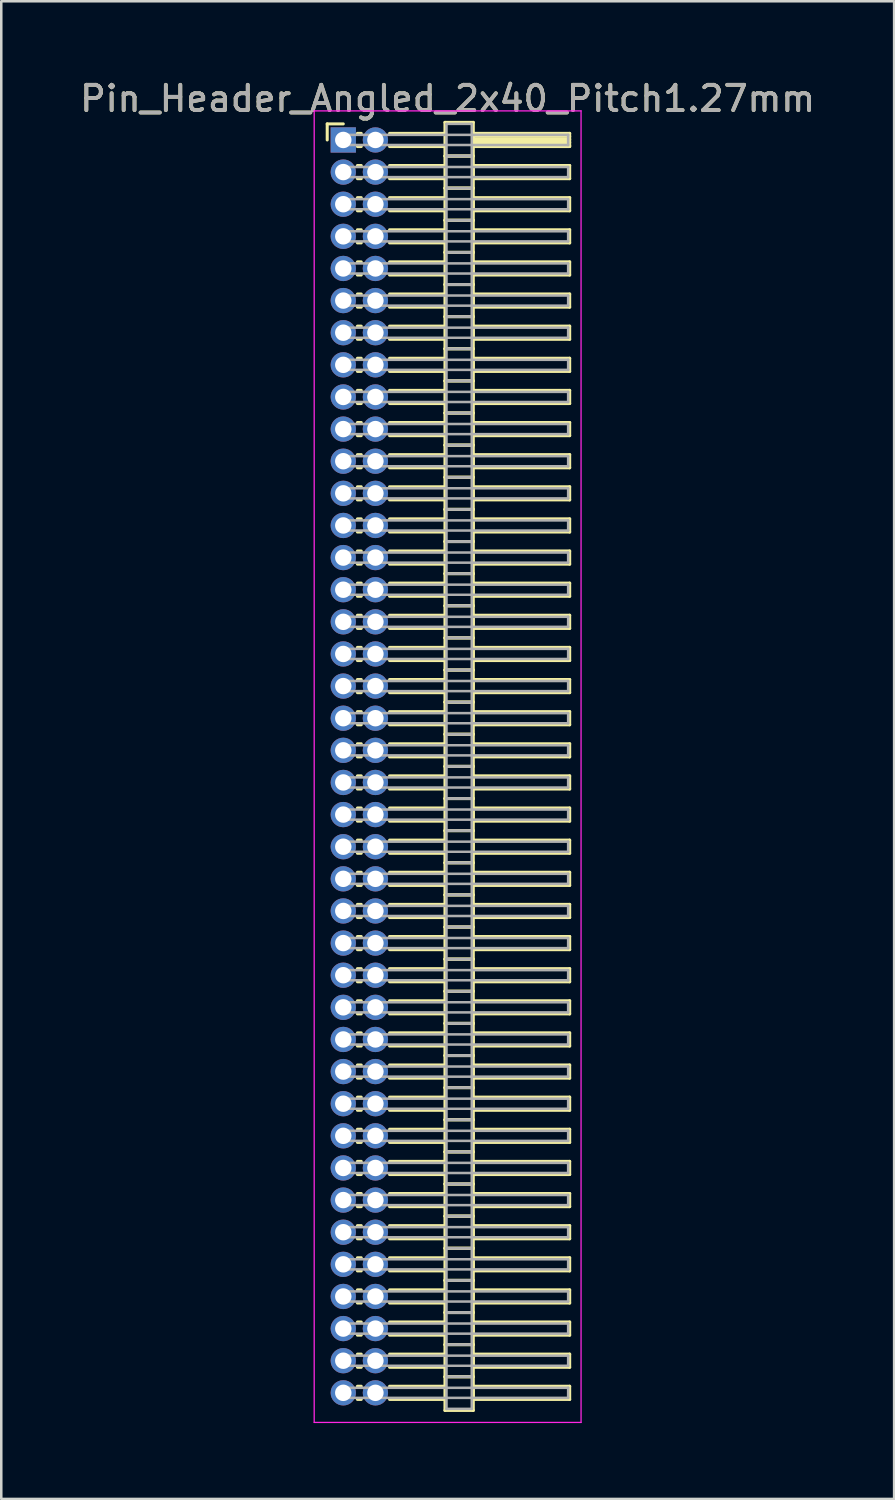
<source format=kicad_pcb>
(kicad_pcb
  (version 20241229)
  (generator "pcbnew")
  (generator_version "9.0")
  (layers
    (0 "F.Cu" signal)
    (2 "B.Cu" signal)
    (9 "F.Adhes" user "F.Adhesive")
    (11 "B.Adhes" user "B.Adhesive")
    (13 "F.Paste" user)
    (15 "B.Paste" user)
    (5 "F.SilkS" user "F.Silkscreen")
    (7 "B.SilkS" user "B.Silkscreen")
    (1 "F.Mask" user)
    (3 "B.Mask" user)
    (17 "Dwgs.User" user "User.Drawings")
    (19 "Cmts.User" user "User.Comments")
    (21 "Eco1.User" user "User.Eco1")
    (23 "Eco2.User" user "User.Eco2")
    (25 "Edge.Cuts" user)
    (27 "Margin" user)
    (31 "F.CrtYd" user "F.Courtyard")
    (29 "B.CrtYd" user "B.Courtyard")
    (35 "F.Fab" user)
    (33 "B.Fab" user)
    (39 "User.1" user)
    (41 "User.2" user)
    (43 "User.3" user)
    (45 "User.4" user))
  (footprint "Pin_Header_Angled_2x40_Pitch1.27mm"
    (layer "F.Cu")
    (at 10.521 2.483)
    (property "Reference" "Pin_Header_Angled_2x40_Pitch1.27mm" (at 4.128 -1.635 0) (layer "F.SilkS") (effects (font (size 1 1) (thickness 0.15))))
    (attr through_hole)
    (fp_line (start -0.635 -0.635) (end 0 -0.635) (stroke (width 0.12) (type solid)) (layer "F.SilkS"))
    (fp_line (start -0.635 0) (end -0.635 -0.635) (stroke (width 0.12) (type solid)) (layer "F.SilkS"))
    (fp_line (start 0.56 -0.26) (end 0.71 -0.26) (stroke (width 0.12) (type solid)) (layer "F.SilkS"))
    (fp_line (start 0.56 0.26) (end 0.71 0.26) (stroke (width 0.12) (type solid)) (layer "F.SilkS"))
    (fp_line (start 0.56 1.01) (end 0.71 1.01) (stroke (width 0.12) (type solid)) (layer "F.SilkS"))
    (fp_line (start 0.56 1.53) (end 0.71 1.53) (stroke (width 0.12) (type solid)) (layer "F.SilkS"))
    (fp_line (start 0.56 2.28) (end 0.71 2.28) (stroke (width 0.12) (type solid)) (layer "F.SilkS"))
    (fp_line (start 0.56 2.8) (end 0.71 2.8) (stroke (width 0.12) (type solid)) (layer "F.SilkS"))
    (fp_line (start 0.56 3.55) (end 0.71 3.55) (stroke (width 0.12) (type solid)) (layer "F.SilkS"))
    (fp_line (start 0.56 4.07) (end 0.71 4.07) (stroke (width 0.12) (type solid)) (layer "F.SilkS"))
    (fp_line (start 0.56 4.82) (end 0.71 4.82) (stroke (width 0.12) (type solid)) (layer "F.SilkS"))
    (fp_line (start 0.56 5.34) (end 0.71 5.34) (stroke (width 0.12) (type solid)) (layer "F.SilkS"))
    (fp_line (start 0.56 6.09) (end 0.71 6.09) (stroke (width 0.12) (type solid)) (layer "F.SilkS"))
    (fp_line (start 0.56 6.61) (end 0.71 6.61) (stroke (width 0.12) (type solid)) (layer "F.SilkS"))
    (fp_line (start 0.56 7.36) (end 0.71 7.36) (stroke (width 0.12) (type solid)) (layer "F.SilkS"))
    (fp_line (start 0.56 7.88) (end 0.71 7.88) (stroke (width 0.12) (type solid)) (layer "F.SilkS"))
    (fp_line (start 0.56 8.63) (end 0.71 8.63) (stroke (width 0.12) (type solid)) (layer "F.SilkS"))
    (fp_line (start 0.56 9.15) (end 0.71 9.15) (stroke (width 0.12) (type solid)) (layer "F.SilkS"))
    (fp_line (start 0.56 9.9) (end 0.71 9.9) (stroke (width 0.12) (type solid)) (layer "F.SilkS"))
    (fp_line (start 0.56 10.42) (end 0.71 10.42) (stroke (width 0.12) (type solid)) (layer "F.SilkS"))
    (fp_line (start 0.56 11.17) (end 0.71 11.17) (stroke (width 0.12) (type solid)) (layer "F.SilkS"))
    (fp_line (start 0.56 11.69) (end 0.71 11.69) (stroke (width 0.12) (type solid)) (layer "F.SilkS"))
    (fp_line (start 0.56 12.44) (end 0.71 12.44) (stroke (width 0.12) (type solid)) (layer "F.SilkS"))
    (fp_line (start 0.56 12.96) (end 0.71 12.96) (stroke (width 0.12) (type solid)) (layer "F.SilkS"))
    (fp_line (start 0.56 13.71) (end 0.71 13.71) (stroke (width 0.12) (type solid)) (layer "F.SilkS"))
    (fp_line (start 0.56 14.23) (end 0.71 14.23) (stroke (width 0.12) (type solid)) (layer "F.SilkS"))
    (fp_line (start 0.56 14.98) (end 0.71 14.98) (stroke (width 0.12) (type solid)) (layer "F.SilkS"))
    (fp_line (start 0.56 15.5) (end 0.71 15.5) (stroke (width 0.12) (type solid)) (layer "F.SilkS"))
    (fp_line (start 0.56 16.25) (end 0.71 16.25) (stroke (width 0.12) (type solid)) (layer "F.SilkS"))
    (fp_line (start 0.56 16.77) (end 0.71 16.77) (stroke (width 0.12) (type solid)) (layer "F.SilkS"))
    (fp_line (start 0.56 17.52) (end 0.71 17.52) (stroke (width 0.12) (type solid)) (layer "F.SilkS"))
    (fp_line (start 0.56 18.04) (end 0.71 18.04) (stroke (width 0.12) (type solid)) (layer "F.SilkS"))
    (fp_line (start 0.56 18.79) (end 0.71 18.79) (stroke (width 0.12) (type solid)) (layer "F.SilkS"))
    (fp_line (start 0.56 19.31) (end 0.71 19.31) (stroke (width 0.12) (type solid)) (layer "F.SilkS"))
    (fp_line (start 0.56 20.06) (end 0.71 20.06) (stroke (width 0.12) (type solid)) (layer "F.SilkS"))
    (fp_line (start 0.56 20.58) (end 0.71 20.58) (stroke (width 0.12) (type solid)) (layer "F.SilkS"))
    (fp_line (start 0.56 21.33) (end 0.71 21.33) (stroke (width 0.12) (type solid)) (layer "F.SilkS"))
    (fp_line (start 0.56 21.85) (end 0.71 21.85) (stroke (width 0.12) (type solid)) (layer "F.SilkS"))
    (fp_line (start 0.56 22.6) (end 0.71 22.6) (stroke (width 0.12) (type solid)) (layer "F.SilkS"))
    (fp_line (start 0.56 23.12) (end 0.71 23.12) (stroke (width 0.12) (type solid)) (layer "F.SilkS"))
    (fp_line (start 0.56 23.87) (end 0.71 23.87) (stroke (width 0.12) (type solid)) (layer "F.SilkS"))
    (fp_line (start 0.56 24.39) (end 0.71 24.39) (stroke (width 0.12) (type solid)) (layer "F.SilkS"))
    (fp_line (start 0.56 25.14) (end 0.71 25.14) (stroke (width 0.12) (type solid)) (layer "F.SilkS"))
    (fp_line (start 0.56 25.66) (end 0.71 25.66) (stroke (width 0.12) (type solid)) (layer "F.SilkS"))
    (fp_line (start 0.56 26.41) (end 0.71 26.41) (stroke (width 0.12) (type solid)) (layer "F.SilkS"))
    (fp_line (start 0.56 26.93) (end 0.71 26.93) (stroke (width 0.12) (type solid)) (layer "F.SilkS"))
    (fp_line (start 0.56 27.68) (end 0.71 27.68) (stroke (width 0.12) (type solid)) (layer "F.SilkS"))
    (fp_line (start 0.56 28.2) (end 0.71 28.2) (stroke (width 0.12) (type solid)) (layer "F.SilkS"))
    (fp_line (start 0.56 28.95) (end 0.71 28.95) (stroke (width 0.12) (type solid)) (layer "F.SilkS"))
    (fp_line (start 0.56 29.47) (end 0.71 29.47) (stroke (width 0.12) (type solid)) (layer "F.SilkS"))
    (fp_line (start 0.56 30.22) (end 0.71 30.22) (stroke (width 0.12) (type solid)) (layer "F.SilkS"))
    (fp_line (start 0.56 30.74) (end 0.71 30.74) (stroke (width 0.12) (type solid)) (layer "F.SilkS"))
    (fp_line (start 0.56 31.49) (end 0.71 31.49) (stroke (width 0.12) (type solid)) (layer "F.SilkS"))
    (fp_line (start 0.56 32.01) (end 0.71 32.01) (stroke (width 0.12) (type solid)) (layer "F.SilkS"))
    (fp_line (start 0.56 32.76) (end 0.71 32.76) (stroke (width 0.12) (type solid)) (layer "F.SilkS"))
    (fp_line (start 0.56 33.28) (end 0.71 33.28) (stroke (width 0.12) (type solid)) (layer "F.SilkS"))
    (fp_line (start 0.56 34.03) (end 0.71 34.03) (stroke (width 0.12) (type solid)) (layer "F.SilkS"))
    (fp_line (start 0.56 34.55) (end 0.71 34.55) (stroke (width 0.12) (type solid)) (layer "F.SilkS"))
    (fp_line (start 0.56 35.3) (end 0.71 35.3) (stroke (width 0.12) (type solid)) (layer "F.SilkS"))
    (fp_line (start 0.56 35.82) (end 0.71 35.82) (stroke (width 0.12) (type solid)) (layer "F.SilkS"))
    (fp_line (start 0.56 36.57) (end 0.71 36.57) (stroke (width 0.12) (type solid)) (layer "F.SilkS"))
    (fp_line (start 0.56 37.09) (end 0.71 37.09) (stroke (width 0.12) (type solid)) (layer "F.SilkS"))
    (fp_line (start 0.56 37.84) (end 0.71 37.84) (stroke (width 0.12) (type solid)) (layer "F.SilkS"))
    (fp_line (start 0.56 38.36) (end 0.71 38.36) (stroke (width 0.12) (type solid)) (layer "F.SilkS"))
    (fp_line (start 0.56 39.11) (end 0.71 39.11) (stroke (width 0.12) (type solid)) (layer "F.SilkS"))
    (fp_line (start 0.56 39.63) (end 0.71 39.63) (stroke (width 0.12) (type solid)) (layer "F.SilkS"))
    (fp_line (start 0.56 40.38) (end 0.71 40.38) (stroke (width 0.12) (type solid)) (layer "F.SilkS"))
    (fp_line (start 0.56 40.9) (end 0.71 40.9) (stroke (width 0.12) (type solid)) (layer "F.SilkS"))
    (fp_line (start 0.56 41.65) (end 0.71 41.65) (stroke (width 0.12) (type solid)) (layer "F.SilkS"))
    (fp_line (start 0.56 42.17) (end 0.71 42.17) (stroke (width 0.12) (type solid)) (layer "F.SilkS"))
    (fp_line (start 0.56 42.92) (end 0.71 42.92) (stroke (width 0.12) (type solid)) (layer "F.SilkS"))
    (fp_line (start 0.56 43.44) (end 0.71 43.44) (stroke (width 0.12) (type solid)) (layer "F.SilkS"))
    (fp_line (start 0.56 44.19) (end 0.71 44.19) (stroke (width 0.12) (type solid)) (layer "F.SilkS"))
    (fp_line (start 0.56 44.71) (end 0.71 44.71) (stroke (width 0.12) (type solid)) (layer "F.SilkS"))
    (fp_line (start 0.56 45.46) (end 0.71 45.46) (stroke (width 0.12) (type solid)) (layer "F.SilkS"))
    (fp_line (start 0.56 45.98) (end 0.71 45.98) (stroke (width 0.12) (type solid)) (layer "F.SilkS"))
    (fp_line (start 0.56 46.73) (end 0.71 46.73) (stroke (width 0.12) (type solid)) (layer "F.SilkS"))
    (fp_line (start 0.56 47.25) (end 0.71 47.25) (stroke (width 0.12) (type solid)) (layer "F.SilkS"))
    (fp_line (start 0.56 48) (end 0.71 48) (stroke (width 0.12) (type solid)) (layer "F.SilkS"))
    (fp_line (start 0.56 48.52) (end 0.71 48.52) (stroke (width 0.12) (type solid)) (layer "F.SilkS"))
    (fp_line (start 0.56 49.27) (end 0.71 49.27) (stroke (width 0.12) (type solid)) (layer "F.SilkS"))
    (fp_line (start 0.56 49.79) (end 0.71 49.79) (stroke (width 0.12) (type solid)) (layer "F.SilkS"))
    (fp_line (start 1.83 -0.26) (end 4.02 -0.26) (stroke (width 0.12) (type solid)) (layer "F.SilkS"))
    (fp_line (start 1.83 0.26) (end 4.02 0.26) (stroke (width 0.12) (type solid)) (layer "F.SilkS"))
    (fp_line (start 1.83 1.01) (end 4.02 1.01) (stroke (width 0.12) (type solid)) (layer "F.SilkS"))
    (fp_line (start 1.83 1.53) (end 4.02 1.53) (stroke (width 0.12) (type solid)) (layer "F.SilkS"))
    (fp_line (start 1.83 2.28) (end 4.02 2.28) (stroke (width 0.12) (type solid)) (layer "F.SilkS"))
    (fp_line (start 1.83 2.8) (end 4.02 2.8) (stroke (width 0.12) (type solid)) (layer "F.SilkS"))
    (fp_line (start 1.83 3.55) (end 4.02 3.55) (stroke (width 0.12) (type solid)) (layer "F.SilkS"))
    (fp_line (start 1.83 4.07) (end 4.02 4.07) (stroke (width 0.12) (type solid)) (layer "F.SilkS"))
    (fp_line (start 1.83 4.82) (end 4.02 4.82) (stroke (width 0.12) (type solid)) (layer "F.SilkS"))
    (fp_line (start 1.83 5.34) (end 4.02 5.34) (stroke (width 0.12) (type solid)) (layer "F.SilkS"))
    (fp_line (start 1.83 6.09) (end 4.02 6.09) (stroke (width 0.12) (type solid)) (layer "F.SilkS"))
    (fp_line (start 1.83 6.61) (end 4.02 6.61) (stroke (width 0.12) (type solid)) (layer "F.SilkS"))
    (fp_line (start 1.83 7.36) (end 4.02 7.36) (stroke (width 0.12) (type solid)) (layer "F.SilkS"))
    (fp_line (start 1.83 7.88) (end 4.02 7.88) (stroke (width 0.12) (type solid)) (layer "F.SilkS"))
    (fp_line (start 1.83 8.63) (end 4.02 8.63) (stroke (width 0.12) (type solid)) (layer "F.SilkS"))
    (fp_line (start 1.83 9.15) (end 4.02 9.15) (stroke (width 0.12) (type solid)) (layer "F.SilkS"))
    (fp_line (start 1.83 9.9) (end 4.02 9.9) (stroke (width 0.12) (type solid)) (layer "F.SilkS"))
    (fp_line (start 1.83 10.42) (end 4.02 10.42) (stroke (width 0.12) (type solid)) (layer "F.SilkS"))
    (fp_line (start 1.83 11.17) (end 4.02 11.17) (stroke (width 0.12) (type solid)) (layer "F.SilkS"))
    (fp_line (start 1.83 11.69) (end 4.02 11.69) (stroke (width 0.12) (type solid)) (layer "F.SilkS"))
    (fp_line (start 1.83 12.44) (end 4.02 12.44) (stroke (width 0.12) (type solid)) (layer "F.SilkS"))
    (fp_line (start 1.83 12.96) (end 4.02 12.96) (stroke (width 0.12) (type solid)) (layer "F.SilkS"))
    (fp_line (start 1.83 13.71) (end 4.02 13.71) (stroke (width 0.12) (type solid)) (layer "F.SilkS"))
    (fp_line (start 1.83 14.23) (end 4.02 14.23) (stroke (width 0.12) (type solid)) (layer "F.SilkS"))
    (fp_line (start 1.83 14.98) (end 4.02 14.98) (stroke (width 0.12) (type solid)) (layer "F.SilkS"))
    (fp_line (start 1.83 15.5) (end 4.02 15.5) (stroke (width 0.12) (type solid)) (layer "F.SilkS"))
    (fp_line (start 1.83 16.25) (end 4.02 16.25) (stroke (width 0.12) (type solid)) (layer "F.SilkS"))
    (fp_line (start 1.83 16.77) (end 4.02 16.77) (stroke (width 0.12) (type solid)) (layer "F.SilkS"))
    (fp_line (start 1.83 17.52) (end 4.02 17.52) (stroke (width 0.12) (type solid)) (layer "F.SilkS"))
    (fp_line (start 1.83 18.04) (end 4.02 18.04) (stroke (width 0.12) (type solid)) (layer "F.SilkS"))
    (fp_line (start 1.83 18.79) (end 4.02 18.79) (stroke (width 0.12) (type solid)) (layer "F.SilkS"))
    (fp_line (start 1.83 19.31) (end 4.02 19.31) (stroke (width 0.12) (type solid)) (layer "F.SilkS"))
    (fp_line (start 1.83 20.06) (end 4.02 20.06) (stroke (width 0.12) (type solid)) (layer "F.SilkS"))
    (fp_line (start 1.83 20.58) (end 4.02 20.58) (stroke (width 0.12) (type solid)) (layer "F.SilkS"))
    (fp_line (start 1.83 21.33) (end 4.02 21.33) (stroke (width 0.12) (type solid)) (layer "F.SilkS"))
    (fp_line (start 1.83 21.85) (end 4.02 21.85) (stroke (width 0.12) (type solid)) (layer "F.SilkS"))
    (fp_line (start 1.83 22.6) (end 4.02 22.6) (stroke (width 0.12) (type solid)) (layer "F.SilkS"))
    (fp_line (start 1.83 23.12) (end 4.02 23.12) (stroke (width 0.12) (type solid)) (layer "F.SilkS"))
    (fp_line (start 1.83 23.87) (end 4.02 23.87) (stroke (width 0.12) (type solid)) (layer "F.SilkS"))
    (fp_line (start 1.83 24.39) (end 4.02 24.39) (stroke (width 0.12) (type solid)) (layer "F.SilkS"))
    (fp_line (start 1.83 25.14) (end 4.02 25.14) (stroke (width 0.12) (type solid)) (layer "F.SilkS"))
    (fp_line (start 1.83 25.66) (end 4.02 25.66) (stroke (width 0.12) (type solid)) (layer "F.SilkS"))
    (fp_line (start 1.83 26.41) (end 4.02 26.41) (stroke (width 0.12) (type solid)) (layer "F.SilkS"))
    (fp_line (start 1.83 26.93) (end 4.02 26.93) (stroke (width 0.12) (type solid)) (layer "F.SilkS"))
    (fp_line (start 1.83 27.68) (end 4.02 27.68) (stroke (width 0.12) (type solid)) (layer "F.SilkS"))
    (fp_line (start 1.83 28.2) (end 4.02 28.2) (stroke (width 0.12) (type solid)) (layer "F.SilkS"))
    (fp_line (start 1.83 28.95) (end 4.02 28.95) (stroke (width 0.12) (type solid)) (layer "F.SilkS"))
    (fp_line (start 1.83 29.47) (end 4.02 29.47) (stroke (width 0.12) (type solid)) (layer "F.SilkS"))
    (fp_line (start 1.83 30.22) (end 4.02 30.22) (stroke (width 0.12) (type solid)) (layer "F.SilkS"))
    (fp_line (start 1.83 30.74) (end 4.02 30.74) (stroke (width 0.12) (type solid)) (layer "F.SilkS"))
    (fp_line (start 1.83 31.49) (end 4.02 31.49) (stroke (width 0.12) (type solid)) (layer "F.SilkS"))
    (fp_line (start 1.83 32.01) (end 4.02 32.01) (stroke (width 0.12) (type solid)) (layer "F.SilkS"))
    (fp_line (start 1.83 32.76) (end 4.02 32.76) (stroke (width 0.12) (type solid)) (layer "F.SilkS"))
    (fp_line (start 1.83 33.28) (end 4.02 33.28) (stroke (width 0.12) (type solid)) (layer "F.SilkS"))
    (fp_line (start 1.83 34.03) (end 4.02 34.03) (stroke (width 0.12) (type solid)) (layer "F.SilkS"))
    (fp_line (start 1.83 34.55) (end 4.02 34.55) (stroke (width 0.12) (type solid)) (layer "F.SilkS"))
    (fp_line (start 1.83 35.3) (end 4.02 35.3) (stroke (width 0.12) (type solid)) (layer "F.SilkS"))
    (fp_line (start 1.83 35.82) (end 4.02 35.82) (stroke (width 0.12) (type solid)) (layer "F.SilkS"))
    (fp_line (start 1.83 36.57) (end 4.02 36.57) (stroke (width 0.12) (type solid)) (layer "F.SilkS"))
    (fp_line (start 1.83 37.09) (end 4.02 37.09) (stroke (width 0.12) (type solid)) (layer "F.SilkS"))
    (fp_line (start 1.83 37.84) (end 4.02 37.84) (stroke (width 0.12) (type solid)) (layer "F.SilkS"))
    (fp_line (start 1.83 38.36) (end 4.02 38.36) (stroke (width 0.12) (type solid)) (layer "F.SilkS"))
    (fp_line (start 1.83 39.11) (end 4.02 39.11) (stroke (width 0.12) (type solid)) (layer "F.SilkS"))
    (fp_line (start 1.83 39.63) (end 4.02 39.63) (stroke (width 0.12) (type solid)) (layer "F.SilkS"))
    (fp_line (start 1.83 40.38) (end 4.02 40.38) (stroke (width 0.12) (type solid)) (layer "F.SilkS"))
    (fp_line (start 1.83 40.9) (end 4.02 40.9) (stroke (width 0.12) (type solid)) (layer "F.SilkS"))
    (fp_line (start 1.83 41.65) (end 4.02 41.65) (stroke (width 0.12) (type solid)) (layer "F.SilkS"))
    (fp_line (start 1.83 42.17) (end 4.02 42.17) (stroke (width 0.12) (type solid)) (layer "F.SilkS"))
    (fp_line (start 1.83 42.92) (end 4.02 42.92) (stroke (width 0.12) (type solid)) (layer "F.SilkS"))
    (fp_line (start 1.83 43.44) (end 4.02 43.44) (stroke (width 0.12) (type solid)) (layer "F.SilkS"))
    (fp_line (start 1.83 44.19) (end 4.02 44.19) (stroke (width 0.12) (type solid)) (layer "F.SilkS"))
    (fp_line (start 1.83 44.71) (end 4.02 44.71) (stroke (width 0.12) (type solid)) (layer "F.SilkS"))
    (fp_line (start 1.83 45.46) (end 4.02 45.46) (stroke (width 0.12) (type solid)) (layer "F.SilkS"))
    (fp_line (start 1.83 45.98) (end 4.02 45.98) (stroke (width 0.12) (type solid)) (layer "F.SilkS"))
    (fp_line (start 1.83 46.73) (end 4.02 46.73) (stroke (width 0.12) (type solid)) (layer "F.SilkS"))
    (fp_line (start 1.83 47.25) (end 4.02 47.25) (stroke (width 0.12) (type solid)) (layer "F.SilkS"))
    (fp_line (start 1.83 48) (end 4.02 48) (stroke (width 0.12) (type solid)) (layer "F.SilkS"))
    (fp_line (start 1.83 48.52) (end 4.02 48.52) (stroke (width 0.12) (type solid)) (layer "F.SilkS"))
    (fp_line (start 1.83 49.27) (end 4.02 49.27) (stroke (width 0.12) (type solid)) (layer "F.SilkS"))
    (fp_line (start 1.83 49.79) (end 4.02 49.79) (stroke (width 0.12) (type solid)) (layer "F.SilkS"))
    (fp_line (start 4.02 -0.695) (end 4.02 0.635) (stroke (width 0.12) (type solid)) (layer "F.SilkS"))
    (fp_line (start 4.02 0.635) (end 4.02 1.905) (stroke (width 0.12) (type solid)) (layer "F.SilkS"))
    (fp_line (start 4.02 0.635) (end 5.14 0.635) (stroke (width 0.12) (type solid)) (layer "F.SilkS"))
    (fp_line (start 4.02 1.905) (end 4.02 3.175) (stroke (width 0.12) (type solid)) (layer "F.SilkS"))
    (fp_line (start 4.02 1.905) (end 5.14 1.905) (stroke (width 0.12) (type solid)) (layer "F.SilkS"))
    (fp_line (start 4.02 3.175) (end 4.02 4.445) (stroke (width 0.12) (type solid)) (layer "F.SilkS"))
    (fp_line (start 4.02 3.175) (end 5.14 3.175) (stroke (width 0.12) (type solid)) (layer "F.SilkS"))
    (fp_line (start 4.02 4.445) (end 4.02 5.715) (stroke (width 0.12) (type solid)) (layer "F.SilkS"))
    (fp_line (start 4.02 4.445) (end 5.14 4.445) (stroke (width 0.12) (type solid)) (layer "F.SilkS"))
    (fp_line (start 4.02 5.715) (end 4.02 6.985) (stroke (width 0.12) (type solid)) (layer "F.SilkS"))
    (fp_line (start 4.02 5.715) (end 5.14 5.715) (stroke (width 0.12) (type solid)) (layer "F.SilkS"))
    (fp_line (start 4.02 6.985) (end 4.02 8.255) (stroke (width 0.12) (type solid)) (layer "F.SilkS"))
    (fp_line (start 4.02 6.985) (end 5.14 6.985) (stroke (width 0.12) (type solid)) (layer "F.SilkS"))
    (fp_line (start 4.02 8.255) (end 4.02 9.525) (stroke (width 0.12) (type solid)) (layer "F.SilkS"))
    (fp_line (start 4.02 8.255) (end 5.14 8.255) (stroke (width 0.12) (type solid)) (layer "F.SilkS"))
    (fp_line (start 4.02 9.525) (end 4.02 10.795) (stroke (width 0.12) (type solid)) (layer "F.SilkS"))
    (fp_line (start 4.02 9.525) (end 5.14 9.525) (stroke (width 0.12) (type solid)) (layer "F.SilkS"))
    (fp_line (start 4.02 10.795) (end 4.02 12.065) (stroke (width 0.12) (type solid)) (layer "F.SilkS"))
    (fp_line (start 4.02 10.795) (end 5.14 10.795) (stroke (width 0.12) (type solid)) (layer "F.SilkS"))
    (fp_line (start 4.02 12.065) (end 4.02 13.335) (stroke (width 0.12) (type solid)) (layer "F.SilkS"))
    (fp_line (start 4.02 12.065) (end 5.14 12.065) (stroke (width 0.12) (type solid)) (layer "F.SilkS"))
    (fp_line (start 4.02 13.335) (end 4.02 14.605) (stroke (width 0.12) (type solid)) (layer "F.SilkS"))
    (fp_line (start 4.02 13.335) (end 5.14 13.335) (stroke (width 0.12) (type solid)) (layer "F.SilkS"))
    (fp_line (start 4.02 14.605) (end 4.02 15.875) (stroke (width 0.12) (type solid)) (layer "F.SilkS"))
    (fp_line (start 4.02 14.605) (end 5.14 14.605) (stroke (width 0.12) (type solid)) (layer "F.SilkS"))
    (fp_line (start 4.02 15.875) (end 4.02 17.145) (stroke (width 0.12) (type solid)) (layer "F.SilkS"))
    (fp_line (start 4.02 15.875) (end 5.14 15.875) (stroke (width 0.12) (type solid)) (layer "F.SilkS"))
    (fp_line (start 4.02 17.145) (end 4.02 18.415) (stroke (width 0.12) (type solid)) (layer "F.SilkS"))
    (fp_line (start 4.02 17.145) (end 5.14 17.145) (stroke (width 0.12) (type solid)) (layer "F.SilkS"))
    (fp_line (start 4.02 18.415) (end 4.02 19.685) (stroke (width 0.12) (type solid)) (layer "F.SilkS"))
    (fp_line (start 4.02 18.415) (end 5.14 18.415) (stroke (width 0.12) (type solid)) (layer "F.SilkS"))
    (fp_line (start 4.02 19.685) (end 4.02 20.955) (stroke (width 0.12) (type solid)) (layer "F.SilkS"))
    (fp_line (start 4.02 19.685) (end 5.14 19.685) (stroke (width 0.12) (type solid)) (layer "F.SilkS"))
    (fp_line (start 4.02 20.955) (end 4.02 22.225) (stroke (width 0.12) (type solid)) (layer "F.SilkS"))
    (fp_line (start 4.02 20.955) (end 5.14 20.955) (stroke (width 0.12) (type solid)) (layer "F.SilkS"))
    (fp_line (start 4.02 22.225) (end 4.02 23.495) (stroke (width 0.12) (type solid)) (layer "F.SilkS"))
    (fp_line (start 4.02 22.225) (end 5.14 22.225) (stroke (width 0.12) (type solid)) (layer "F.SilkS"))
    (fp_line (start 4.02 23.495) (end 4.02 24.765) (stroke (width 0.12) (type solid)) (layer "F.SilkS"))
    (fp_line (start 4.02 23.495) (end 5.14 23.495) (stroke (width 0.12) (type solid)) (layer "F.SilkS"))
    (fp_line (start 4.02 24.765) (end 4.02 26.035) (stroke (width 0.12) (type solid)) (layer "F.SilkS"))
    (fp_line (start 4.02 24.765) (end 5.14 24.765) (stroke (width 0.12) (type solid)) (layer "F.SilkS"))
    (fp_line (start 4.02 26.035) (end 4.02 27.305) (stroke (width 0.12) (type solid)) (layer "F.SilkS"))
    (fp_line (start 4.02 26.035) (end 5.14 26.035) (stroke (width 0.12) (type solid)) (layer "F.SilkS"))
    (fp_line (start 4.02 27.305) (end 4.02 28.575) (stroke (width 0.12) (type solid)) (layer "F.SilkS"))
    (fp_line (start 4.02 27.305) (end 5.14 27.305) (stroke (width 0.12) (type solid)) (layer "F.SilkS"))
    (fp_line (start 4.02 28.575) (end 4.02 29.845) (stroke (width 0.12) (type solid)) (layer "F.SilkS"))
    (fp_line (start 4.02 28.575) (end 5.14 28.575) (stroke (width 0.12) (type solid)) (layer "F.SilkS"))
    (fp_line (start 4.02 29.845) (end 4.02 31.115) (stroke (width 0.12) (type solid)) (layer "F.SilkS"))
    (fp_line (start 4.02 29.845) (end 5.14 29.845) (stroke (width 0.12) (type solid)) (layer "F.SilkS"))
    (fp_line (start 4.02 31.115) (end 4.02 32.385) (stroke (width 0.12) (type solid)) (layer "F.SilkS"))
    (fp_line (start 4.02 31.115) (end 5.14 31.115) (stroke (width 0.12) (type solid)) (layer "F.SilkS"))
    (fp_line (start 4.02 32.385) (end 4.02 33.655) (stroke (width 0.12) (type solid)) (layer "F.SilkS"))
    (fp_line (start 4.02 32.385) (end 5.14 32.385) (stroke (width 0.12) (type solid)) (layer "F.SilkS"))
    (fp_line (start 4.02 33.655) (end 4.02 34.925) (stroke (width 0.12) (type solid)) (layer "F.SilkS"))
    (fp_line (start 4.02 33.655) (end 5.14 33.655) (stroke (width 0.12) (type solid)) (layer "F.SilkS"))
    (fp_line (start 4.02 34.925) (end 4.02 36.195) (stroke (width 0.12) (type solid)) (layer "F.SilkS"))
    (fp_line (start 4.02 34.925) (end 5.14 34.925) (stroke (width 0.12) (type solid)) (layer "F.SilkS"))
    (fp_line (start 4.02 36.195) (end 4.02 37.465) (stroke (width 0.12) (type solid)) (layer "F.SilkS"))
    (fp_line (start 4.02 36.195) (end 5.14 36.195) (stroke (width 0.12) (type solid)) (layer "F.SilkS"))
    (fp_line (start 4.02 37.465) (end 4.02 38.735) (stroke (width 0.12) (type solid)) (layer "F.SilkS"))
    (fp_line (start 4.02 37.465) (end 5.14 37.465) (stroke (width 0.12) (type solid)) (layer "F.SilkS"))
    (fp_line (start 4.02 38.735) (end 4.02 40.005) (stroke (width 0.12) (type solid)) (layer "F.SilkS"))
    (fp_line (start 4.02 38.735) (end 5.14 38.735) (stroke (width 0.12) (type solid)) (layer "F.SilkS"))
    (fp_line (start 4.02 40.005) (end 4.02 41.275) (stroke (width 0.12) (type solid)) (layer "F.SilkS"))
    (fp_line (start 4.02 40.005) (end 5.14 40.005) (stroke (width 0.12) (type solid)) (layer "F.SilkS"))
    (fp_line (start 4.02 41.275) (end 4.02 42.545) (stroke (width 0.12) (type solid)) (layer "F.SilkS"))
    (fp_line (start 4.02 41.275) (end 5.14 41.275) (stroke (width 0.12) (type solid)) (layer "F.SilkS"))
    (fp_line (start 4.02 42.545) (end 4.02 43.815) (stroke (width 0.12) (type solid)) (layer "F.SilkS"))
    (fp_line (start 4.02 42.545) (end 5.14 42.545) (stroke (width 0.12) (type solid)) (layer "F.SilkS"))
    (fp_line (start 4.02 43.815) (end 4.02 45.085) (stroke (width 0.12) (type solid)) (layer "F.SilkS"))
    (fp_line (start 4.02 43.815) (end 5.14 43.815) (stroke (width 0.12) (type solid)) (layer "F.SilkS"))
    (fp_line (start 4.02 45.085) (end 4.02 46.355) (stroke (width 0.12) (type solid)) (layer "F.SilkS"))
    (fp_line (start 4.02 45.085) (end 5.14 45.085) (stroke (width 0.12) (type solid)) (layer "F.SilkS"))
    (fp_line (start 4.02 46.355) (end 4.02 47.625) (stroke (width 0.12) (type solid)) (layer "F.SilkS"))
    (fp_line (start 4.02 46.355) (end 5.14 46.355) (stroke (width 0.12) (type solid)) (layer "F.SilkS"))
    (fp_line (start 4.02 47.625) (end 4.02 48.895) (stroke (width 0.12) (type solid)) (layer "F.SilkS"))
    (fp_line (start 4.02 47.625) (end 5.14 47.625) (stroke (width 0.12) (type solid)) (layer "F.SilkS"))
    (fp_line (start 4.02 48.895) (end 4.02 50.225) (stroke (width 0.12) (type solid)) (layer "F.SilkS"))
    (fp_line (start 4.02 48.895) (end 5.14 48.895) (stroke (width 0.12) (type solid)) (layer "F.SilkS"))
    (fp_line (start 4.02 50.225) (end 5.14 50.225) (stroke (width 0.12) (type solid)) (layer "F.SilkS"))
    (fp_line (start 5.14 -0.695) (end 4.02 -0.695) (stroke (width 0.12) (type solid)) (layer "F.SilkS"))
    (fp_line (start 5.14 -0.26) (end 5.14 0.26) (stroke (width 0.12) (type solid)) (layer "F.SilkS"))
    (fp_line (start 5.14 -0.14) (end 8.95 -0.14) (stroke (width 0.12) (type solid)) (layer "F.SilkS"))
    (fp_line (start 5.14 -0.02) (end 8.95 -0.02) (stroke (width 0.12) (type solid)) (layer "F.SilkS"))
    (fp_line (start 5.14 0.1) (end 8.95 0.1) (stroke (width 0.12) (type solid)) (layer "F.SilkS"))
    (fp_line (start 5.14 0.22) (end 8.95 0.22) (stroke (width 0.12) (type solid)) (layer "F.SilkS"))
    (fp_line (start 5.14 0.26) (end 8.95 0.26) (stroke (width 0.12) (type solid)) (layer "F.SilkS"))
    (fp_line (start 5.14 0.635) (end 4.02 0.635) (stroke (width 0.12) (type solid)) (layer "F.SilkS"))
    (fp_line (start 5.14 0.635) (end 5.14 -0.695) (stroke (width 0.12) (type solid)) (layer "F.SilkS"))
    (fp_line (start 5.14 1.01) (end 5.14 1.53) (stroke (width 0.12) (type solid)) (layer "F.SilkS"))
    (fp_line (start 5.14 1.53) (end 8.95 1.53) (stroke (width 0.12) (type solid)) (layer "F.SilkS"))
    (fp_line (start 5.14 1.905) (end 4.02 1.905) (stroke (width 0.12) (type solid)) (layer "F.SilkS"))
    (fp_line (start 5.14 1.905) (end 5.14 0.635) (stroke (width 0.12) (type solid)) (layer "F.SilkS"))
    (fp_line (start 5.14 2.28) (end 5.14 2.8) (stroke (width 0.12) (type solid)) (layer "F.SilkS"))
    (fp_line (start 5.14 2.8) (end 8.95 2.8) (stroke (width 0.12) (type solid)) (layer "F.SilkS"))
    (fp_line (start 5.14 3.175) (end 4.02 3.175) (stroke (width 0.12) (type solid)) (layer "F.SilkS"))
    (fp_line (start 5.14 3.175) (end 5.14 1.905) (stroke (width 0.12) (type solid)) (layer "F.SilkS"))
    (fp_line (start 5.14 3.55) (end 5.14 4.07) (stroke (width 0.12) (type solid)) (layer "F.SilkS"))
    (fp_line (start 5.14 4.07) (end 8.95 4.07) (stroke (width 0.12) (type solid)) (layer "F.SilkS"))
    (fp_line (start 5.14 4.445) (end 4.02 4.445) (stroke (width 0.12) (type solid)) (layer "F.SilkS"))
    (fp_line (start 5.14 4.445) (end 5.14 3.175) (stroke (width 0.12) (type solid)) (layer "F.SilkS"))
    (fp_line (start 5.14 4.82) (end 5.14 5.34) (stroke (width 0.12) (type solid)) (layer "F.SilkS"))
    (fp_line (start 5.14 5.34) (end 8.95 5.34) (stroke (width 0.12) (type solid)) (layer "F.SilkS"))
    (fp_line (start 5.14 5.715) (end 4.02 5.715) (stroke (width 0.12) (type solid)) (layer "F.SilkS"))
    (fp_line (start 5.14 5.715) (end 5.14 4.445) (stroke (width 0.12) (type solid)) (layer "F.SilkS"))
    (fp_line (start 5.14 6.09) (end 5.14 6.61) (stroke (width 0.12) (type solid)) (layer "F.SilkS"))
    (fp_line (start 5.14 6.61) (end 8.95 6.61) (stroke (width 0.12) (type solid)) (layer "F.SilkS"))
    (fp_line (start 5.14 6.985) (end 4.02 6.985) (stroke (width 0.12) (type solid)) (layer "F.SilkS"))
    (fp_line (start 5.14 6.985) (end 5.14 5.715) (stroke (width 0.12) (type solid)) (layer "F.SilkS"))
    (fp_line (start 5.14 7.36) (end 5.14 7.88) (stroke (width 0.12) (type solid)) (layer "F.SilkS"))
    (fp_line (start 5.14 7.88) (end 8.95 7.88) (stroke (width 0.12) (type solid)) (layer "F.SilkS"))
    (fp_line (start 5.14 8.255) (end 4.02 8.255) (stroke (width 0.12) (type solid)) (layer "F.SilkS"))
    (fp_line (start 5.14 8.255) (end 5.14 6.985) (stroke (width 0.12) (type solid)) (layer "F.SilkS"))
    (fp_line (start 5.14 8.63) (end 5.14 9.15) (stroke (width 0.12) (type solid)) (layer "F.SilkS"))
    (fp_line (start 5.14 9.15) (end 8.95 9.15) (stroke (width 0.12) (type solid)) (layer "F.SilkS"))
    (fp_line (start 5.14 9.525) (end 4.02 9.525) (stroke (width 0.12) (type solid)) (layer "F.SilkS"))
    (fp_line (start 5.14 9.525) (end 5.14 8.255) (stroke (width 0.12) (type solid)) (layer "F.SilkS"))
    (fp_line (start 5.14 9.9) (end 5.14 10.42) (stroke (width 0.12) (type solid)) (layer "F.SilkS"))
    (fp_line (start 5.14 10.42) (end 8.95 10.42) (stroke (width 0.12) (type solid)) (layer "F.SilkS"))
    (fp_line (start 5.14 10.795) (end 4.02 10.795) (stroke (width 0.12) (type solid)) (layer "F.SilkS"))
    (fp_line (start 5.14 10.795) (end 5.14 9.525) (stroke (width 0.12) (type solid)) (layer "F.SilkS"))
    (fp_line (start 5.14 11.17) (end 5.14 11.69) (stroke (width 0.12) (type solid)) (layer "F.SilkS"))
    (fp_line (start 5.14 11.69) (end 8.95 11.69) (stroke (width 0.12) (type solid)) (layer "F.SilkS"))
    (fp_line (start 5.14 12.065) (end 4.02 12.065) (stroke (width 0.12) (type solid)) (layer "F.SilkS"))
    (fp_line (start 5.14 12.065) (end 5.14 10.795) (stroke (width 0.12) (type solid)) (layer "F.SilkS"))
    (fp_line (start 5.14 12.44) (end 5.14 12.96) (stroke (width 0.12) (type solid)) (layer "F.SilkS"))
    (fp_line (start 5.14 12.96) (end 8.95 12.96) (stroke (width 0.12) (type solid)) (layer "F.SilkS"))
    (fp_line (start 5.14 13.335) (end 4.02 13.335) (stroke (width 0.12) (type solid)) (layer "F.SilkS"))
    (fp_line (start 5.14 13.335) (end 5.14 12.065) (stroke (width 0.12) (type solid)) (layer "F.SilkS"))
    (fp_line (start 5.14 13.71) (end 5.14 14.23) (stroke (width 0.12) (type solid)) (layer "F.SilkS"))
    (fp_line (start 5.14 14.23) (end 8.95 14.23) (stroke (width 0.12) (type solid)) (layer "F.SilkS"))
    (fp_line (start 5.14 14.605) (end 4.02 14.605) (stroke (width 0.12) (type solid)) (layer "F.SilkS"))
    (fp_line (start 5.14 14.605) (end 5.14 13.335) (stroke (width 0.12) (type solid)) (layer "F.SilkS"))
    (fp_line (start 5.14 14.98) (end 5.14 15.5) (stroke (width 0.12) (type solid)) (layer "F.SilkS"))
    (fp_line (start 5.14 15.5) (end 8.95 15.5) (stroke (width 0.12) (type solid)) (layer "F.SilkS"))
    (fp_line (start 5.14 15.875) (end 4.02 15.875) (stroke (width 0.12) (type solid)) (layer "F.SilkS"))
    (fp_line (start 5.14 15.875) (end 5.14 14.605) (stroke (width 0.12) (type solid)) (layer "F.SilkS"))
    (fp_line (start 5.14 16.25) (end 5.14 16.77) (stroke (width 0.12) (type solid)) (layer "F.SilkS"))
    (fp_line (start 5.14 16.77) (end 8.95 16.77) (stroke (width 0.12) (type solid)) (layer "F.SilkS"))
    (fp_line (start 5.14 17.145) (end 4.02 17.145) (stroke (width 0.12) (type solid)) (layer "F.SilkS"))
    (fp_line (start 5.14 17.145) (end 5.14 15.875) (stroke (width 0.12) (type solid)) (layer "F.SilkS"))
    (fp_line (start 5.14 17.52) (end 5.14 18.04) (stroke (width 0.12) (type solid)) (layer "F.SilkS"))
    (fp_line (start 5.14 18.04) (end 8.95 18.04) (stroke (width 0.12) (type solid)) (layer "F.SilkS"))
    (fp_line (start 5.14 18.415) (end 4.02 18.415) (stroke (width 0.12) (type solid)) (layer "F.SilkS"))
    (fp_line (start 5.14 18.415) (end 5.14 17.145) (stroke (width 0.12) (type solid)) (layer "F.SilkS"))
    (fp_line (start 5.14 18.79) (end 5.14 19.31) (stroke (width 0.12) (type solid)) (layer "F.SilkS"))
    (fp_line (start 5.14 19.31) (end 8.95 19.31) (stroke (width 0.12) (type solid)) (layer "F.SilkS"))
    (fp_line (start 5.14 19.685) (end 4.02 19.685) (stroke (width 0.12) (type solid)) (layer "F.SilkS"))
    (fp_line (start 5.14 19.685) (end 5.14 18.415) (stroke (width 0.12) (type solid)) (layer "F.SilkS"))
    (fp_line (start 5.14 20.06) (end 5.14 20.58) (stroke (width 0.12) (type solid)) (layer "F.SilkS"))
    (fp_line (start 5.14 20.58) (end 8.95 20.58) (stroke (width 0.12) (type solid)) (layer "F.SilkS"))
    (fp_line (start 5.14 20.955) (end 4.02 20.955) (stroke (width 0.12) (type solid)) (layer "F.SilkS"))
    (fp_line (start 5.14 20.955) (end 5.14 19.685) (stroke (width 0.12) (type solid)) (layer "F.SilkS"))
    (fp_line (start 5.14 21.33) (end 5.14 21.85) (stroke (width 0.12) (type solid)) (layer "F.SilkS"))
    (fp_line (start 5.14 21.85) (end 8.95 21.85) (stroke (width 0.12) (type solid)) (layer "F.SilkS"))
    (fp_line (start 5.14 22.225) (end 4.02 22.225) (stroke (width 0.12) (type solid)) (layer "F.SilkS"))
    (fp_line (start 5.14 22.225) (end 5.14 20.955) (stroke (width 0.12) (type solid)) (layer "F.SilkS"))
    (fp_line (start 5.14 22.6) (end 5.14 23.12) (stroke (width 0.12) (type solid)) (layer "F.SilkS"))
    (fp_line (start 5.14 23.12) (end 8.95 23.12) (stroke (width 0.12) (type solid)) (layer "F.SilkS"))
    (fp_line (start 5.14 23.495) (end 4.02 23.495) (stroke (width 0.12) (type solid)) (layer "F.SilkS"))
    (fp_line (start 5.14 23.495) (end 5.14 22.225) (stroke (width 0.12) (type solid)) (layer "F.SilkS"))
    (fp_line (start 5.14 23.87) (end 5.14 24.39) (stroke (width 0.12) (type solid)) (layer "F.SilkS"))
    (fp_line (start 5.14 24.39) (end 8.95 24.39) (stroke (width 0.12) (type solid)) (layer "F.SilkS"))
    (fp_line (start 5.14 24.765) (end 4.02 24.765) (stroke (width 0.12) (type solid)) (layer "F.SilkS"))
    (fp_line (start 5.14 24.765) (end 5.14 23.495) (stroke (width 0.12) (type solid)) (layer "F.SilkS"))
    (fp_line (start 5.14 25.14) (end 5.14 25.66) (stroke (width 0.12) (type solid)) (layer "F.SilkS"))
    (fp_line (start 5.14 25.66) (end 8.95 25.66) (stroke (width 0.12) (type solid)) (layer "F.SilkS"))
    (fp_line (start 5.14 26.035) (end 4.02 26.035) (stroke (width 0.12) (type solid)) (layer "F.SilkS"))
    (fp_line (start 5.14 26.035) (end 5.14 24.765) (stroke (width 0.12) (type solid)) (layer "F.SilkS"))
    (fp_line (start 5.14 26.41) (end 5.14 26.93) (stroke (width 0.12) (type solid)) (layer "F.SilkS"))
    (fp_line (start 5.14 26.93) (end 8.95 26.93) (stroke (width 0.12) (type solid)) (layer "F.SilkS"))
    (fp_line (start 5.14 27.305) (end 4.02 27.305) (stroke (width 0.12) (type solid)) (layer "F.SilkS"))
    (fp_line (start 5.14 27.305) (end 5.14 26.035) (stroke (width 0.12) (type solid)) (layer "F.SilkS"))
    (fp_line (start 5.14 27.68) (end 5.14 28.2) (stroke (width 0.12) (type solid)) (layer "F.SilkS"))
    (fp_line (start 5.14 28.2) (end 8.95 28.2) (stroke (width 0.12) (type solid)) (layer "F.SilkS"))
    (fp_line (start 5.14 28.575) (end 4.02 28.575) (stroke (width 0.12) (type solid)) (layer "F.SilkS"))
    (fp_line (start 5.14 28.575) (end 5.14 27.305) (stroke (width 0.12) (type solid)) (layer "F.SilkS"))
    (fp_line (start 5.14 28.95) (end 5.14 29.47) (stroke (width 0.12) (type solid)) (layer "F.SilkS"))
    (fp_line (start 5.14 29.47) (end 8.95 29.47) (stroke (width 0.12) (type solid)) (layer "F.SilkS"))
    (fp_line (start 5.14 29.845) (end 4.02 29.845) (stroke (width 0.12) (type solid)) (layer "F.SilkS"))
    (fp_line (start 5.14 29.845) (end 5.14 28.575) (stroke (width 0.12) (type solid)) (layer "F.SilkS"))
    (fp_line (start 5.14 30.22) (end 5.14 30.74) (stroke (width 0.12) (type solid)) (layer "F.SilkS"))
    (fp_line (start 5.14 30.74) (end 8.95 30.74) (stroke (width 0.12) (type solid)) (layer "F.SilkS"))
    (fp_line (start 5.14 31.115) (end 4.02 31.115) (stroke (width 0.12) (type solid)) (layer "F.SilkS"))
    (fp_line (start 5.14 31.115) (end 5.14 29.845) (stroke (width 0.12) (type solid)) (layer "F.SilkS"))
    (fp_line (start 5.14 31.49) (end 5.14 32.01) (stroke (width 0.12) (type solid)) (layer "F.SilkS"))
    (fp_line (start 5.14 32.01) (end 8.95 32.01) (stroke (width 0.12) (type solid)) (layer "F.SilkS"))
    (fp_line (start 5.14 32.385) (end 4.02 32.385) (stroke (width 0.12) (type solid)) (layer "F.SilkS"))
    (fp_line (start 5.14 32.385) (end 5.14 31.115) (stroke (width 0.12) (type solid)) (layer "F.SilkS"))
    (fp_line (start 5.14 32.76) (end 5.14 33.28) (stroke (width 0.12) (type solid)) (layer "F.SilkS"))
    (fp_line (start 5.14 33.28) (end 8.95 33.28) (stroke (width 0.12) (type solid)) (layer "F.SilkS"))
    (fp_line (start 5.14 33.655) (end 4.02 33.655) (stroke (width 0.12) (type solid)) (layer "F.SilkS"))
    (fp_line (start 5.14 33.655) (end 5.14 32.385) (stroke (width 0.12) (type solid)) (layer "F.SilkS"))
    (fp_line (start 5.14 34.03) (end 5.14 34.55) (stroke (width 0.12) (type solid)) (layer "F.SilkS"))
    (fp_line (start 5.14 34.55) (end 8.95 34.55) (stroke (width 0.12) (type solid)) (layer "F.SilkS"))
    (fp_line (start 5.14 34.925) (end 4.02 34.925) (stroke (width 0.12) (type solid)) (layer "F.SilkS"))
    (fp_line (start 5.14 34.925) (end 5.14 33.655) (stroke (width 0.12) (type solid)) (layer "F.SilkS"))
    (fp_line (start 5.14 35.3) (end 5.14 35.82) (stroke (width 0.12) (type solid)) (layer "F.SilkS"))
    (fp_line (start 5.14 35.82) (end 8.95 35.82) (stroke (width 0.12) (type solid)) (layer "F.SilkS"))
    (fp_line (start 5.14 36.195) (end 4.02 36.195) (stroke (width 0.12) (type solid)) (layer "F.SilkS"))
    (fp_line (start 5.14 36.195) (end 5.14 34.925) (stroke (width 0.12) (type solid)) (layer "F.SilkS"))
    (fp_line (start 5.14 36.57) (end 5.14 37.09) (stroke (width 0.12) (type solid)) (layer "F.SilkS"))
    (fp_line (start 5.14 37.09) (end 8.95 37.09) (stroke (width 0.12) (type solid)) (layer "F.SilkS"))
    (fp_line (start 5.14 37.465) (end 4.02 37.465) (stroke (width 0.12) (type solid)) (layer "F.SilkS"))
    (fp_line (start 5.14 37.465) (end 5.14 36.195) (stroke (width 0.12) (type solid)) (layer "F.SilkS"))
    (fp_line (start 5.14 37.84) (end 5.14 38.36) (stroke (width 0.12) (type solid)) (layer "F.SilkS"))
    (fp_line (start 5.14 38.36) (end 8.95 38.36) (stroke (width 0.12) (type solid)) (layer "F.SilkS"))
    (fp_line (start 5.14 38.735) (end 4.02 38.735) (stroke (width 0.12) (type solid)) (layer "F.SilkS"))
    (fp_line (start 5.14 38.735) (end 5.14 37.465) (stroke (width 0.12) (type solid)) (layer "F.SilkS"))
    (fp_line (start 5.14 39.11) (end 5.14 39.63) (stroke (width 0.12) (type solid)) (layer "F.SilkS"))
    (fp_line (start 5.14 39.63) (end 8.95 39.63) (stroke (width 0.12) (type solid)) (layer "F.SilkS"))
    (fp_line (start 5.14 40.005) (end 4.02 40.005) (stroke (width 0.12) (type solid)) (layer "F.SilkS"))
    (fp_line (start 5.14 40.005) (end 5.14 38.735) (stroke (width 0.12) (type solid)) (layer "F.SilkS"))
    (fp_line (start 5.14 40.38) (end 5.14 40.9) (stroke (width 0.12) (type solid)) (layer "F.SilkS"))
    (fp_line (start 5.14 40.9) (end 8.95 40.9) (stroke (width 0.12) (type solid)) (layer "F.SilkS"))
    (fp_line (start 5.14 41.275) (end 4.02 41.275) (stroke (width 0.12) (type solid)) (layer "F.SilkS"))
    (fp_line (start 5.14 41.275) (end 5.14 40.005) (stroke (width 0.12) (type solid)) (layer "F.SilkS"))
    (fp_line (start 5.14 41.65) (end 5.14 42.17) (stroke (width 0.12) (type solid)) (layer "F.SilkS"))
    (fp_line (start 5.14 42.17) (end 8.95 42.17) (stroke (width 0.12) (type solid)) (layer "F.SilkS"))
    (fp_line (start 5.14 42.545) (end 4.02 42.545) (stroke (width 0.12) (type solid)) (layer "F.SilkS"))
    (fp_line (start 5.14 42.545) (end 5.14 41.275) (stroke (width 0.12) (type solid)) (layer "F.SilkS"))
    (fp_line (start 5.14 42.92) (end 5.14 43.44) (stroke (width 0.12) (type solid)) (layer "F.SilkS"))
    (fp_line (start 5.14 43.44) (end 8.95 43.44) (stroke (width 0.12) (type solid)) (layer "F.SilkS"))
    (fp_line (start 5.14 43.815) (end 4.02 43.815) (stroke (width 0.12) (type solid)) (layer "F.SilkS"))
    (fp_line (start 5.14 43.815) (end 5.14 42.545) (stroke (width 0.12) (type solid)) (layer "F.SilkS"))
    (fp_line (start 5.14 44.19) (end 5.14 44.71) (stroke (width 0.12) (type solid)) (layer "F.SilkS"))
    (fp_line (start 5.14 44.71) (end 8.95 44.71) (stroke (width 0.12) (type solid)) (layer "F.SilkS"))
    (fp_line (start 5.14 45.085) (end 4.02 45.085) (stroke (width 0.12) (type solid)) (layer "F.SilkS"))
    (fp_line (start 5.14 45.085) (end 5.14 43.815) (stroke (width 0.12) (type solid)) (layer "F.SilkS"))
    (fp_line (start 5.14 45.46) (end 5.14 45.98) (stroke (width 0.12) (type solid)) (layer "F.SilkS"))
    (fp_line (start 5.14 45.98) (end 8.95 45.98) (stroke (width 0.12) (type solid)) (layer "F.SilkS"))
    (fp_line (start 5.14 46.355) (end 4.02 46.355) (stroke (width 0.12) (type solid)) (layer "F.SilkS"))
    (fp_line (start 5.14 46.355) (end 5.14 45.085) (stroke (width 0.12) (type solid)) (layer "F.SilkS"))
    (fp_line (start 5.14 46.73) (end 5.14 47.25) (stroke (width 0.12) (type solid)) (layer "F.SilkS"))
    (fp_line (start 5.14 47.25) (end 8.95 47.25) (stroke (width 0.12) (type solid)) (layer "F.SilkS"))
    (fp_line (start 5.14 47.625) (end 4.02 47.625) (stroke (width 0.12) (type solid)) (layer "F.SilkS"))
    (fp_line (start 5.14 47.625) (end 5.14 46.355) (stroke (width 0.12) (type solid)) (layer "F.SilkS"))
    (fp_line (start 5.14 48) (end 5.14 48.52) (stroke (width 0.12) (type solid)) (layer "F.SilkS"))
    (fp_line (start 5.14 48.52) (end 8.95 48.52) (stroke (width 0.12) (type solid)) (layer "F.SilkS"))
    (fp_line (start 5.14 48.895) (end 4.02 48.895) (stroke (width 0.12) (type solid)) (layer "F.SilkS"))
    (fp_line (start 5.14 48.895) (end 5.14 47.625) (stroke (width 0.12) (type solid)) (layer "F.SilkS"))
    (fp_line (start 5.14 49.27) (end 5.14 49.79) (stroke (width 0.12) (type solid)) (layer "F.SilkS"))
    (fp_line (start 5.14 49.79) (end 8.95 49.79) (stroke (width 0.12) (type solid)) (layer "F.SilkS"))
    (fp_line (start 5.14 50.225) (end 5.14 48.895) (stroke (width 0.12) (type solid)) (layer "F.SilkS"))
    (fp_line (start 8.95 -0.26) (end 5.14 -0.26) (stroke (width 0.12) (type solid)) (layer "F.SilkS"))
    (fp_line (start 8.95 0.26) (end 8.95 -0.26) (stroke (width 0.12) (type solid)) (layer "F.SilkS"))
    (fp_line (start 8.95 1.01) (end 5.14 1.01) (stroke (width 0.12) (type solid)) (layer "F.SilkS"))
    (fp_line (start 8.95 1.53) (end 8.95 1.01) (stroke (width 0.12) (type solid)) (layer "F.SilkS"))
    (fp_line (start 8.95 2.28) (end 5.14 2.28) (stroke (width 0.12) (type solid)) (layer "F.SilkS"))
    (fp_line (start 8.95 2.8) (end 8.95 2.28) (stroke (width 0.12) (type solid)) (layer "F.SilkS"))
    (fp_line (start 8.95 3.55) (end 5.14 3.55) (stroke (width 0.12) (type solid)) (layer "F.SilkS"))
    (fp_line (start 8.95 4.07) (end 8.95 3.55) (stroke (width 0.12) (type solid)) (layer "F.SilkS"))
    (fp_line (start 8.95 4.82) (end 5.14 4.82) (stroke (width 0.12) (type solid)) (layer "F.SilkS"))
    (fp_line (start 8.95 5.34) (end 8.95 4.82) (stroke (width 0.12) (type solid)) (layer "F.SilkS"))
    (fp_line (start 8.95 6.09) (end 5.14 6.09) (stroke (width 0.12) (type solid)) (layer "F.SilkS"))
    (fp_line (start 8.95 6.61) (end 8.95 6.09) (stroke (width 0.12) (type solid)) (layer "F.SilkS"))
    (fp_line (start 8.95 7.36) (end 5.14 7.36) (stroke (width 0.12) (type solid)) (layer "F.SilkS"))
    (fp_line (start 8.95 7.88) (end 8.95 7.36) (stroke (width 0.12) (type solid)) (layer "F.SilkS"))
    (fp_line (start 8.95 8.63) (end 5.14 8.63) (stroke (width 0.12) (type solid)) (layer "F.SilkS"))
    (fp_line (start 8.95 9.15) (end 8.95 8.63) (stroke (width 0.12) (type solid)) (layer "F.SilkS"))
    (fp_line (start 8.95 9.9) (end 5.14 9.9) (stroke (width 0.12) (type solid)) (layer "F.SilkS"))
    (fp_line (start 8.95 10.42) (end 8.95 9.9) (stroke (width 0.12) (type solid)) (layer "F.SilkS"))
    (fp_line (start 8.95 11.17) (end 5.14 11.17) (stroke (width 0.12) (type solid)) (layer "F.SilkS"))
    (fp_line (start 8.95 11.69) (end 8.95 11.17) (stroke (width 0.12) (type solid)) (layer "F.SilkS"))
    (fp_line (start 8.95 12.44) (end 5.14 12.44) (stroke (width 0.12) (type solid)) (layer "F.SilkS"))
    (fp_line (start 8.95 12.96) (end 8.95 12.44) (stroke (width 0.12) (type solid)) (layer "F.SilkS"))
    (fp_line (start 8.95 13.71) (end 5.14 13.71) (stroke (width 0.12) (type solid)) (layer "F.SilkS"))
    (fp_line (start 8.95 14.23) (end 8.95 13.71) (stroke (width 0.12) (type solid)) (layer "F.SilkS"))
    (fp_line (start 8.95 14.98) (end 5.14 14.98) (stroke (width 0.12) (type solid)) (layer "F.SilkS"))
    (fp_line (start 8.95 15.5) (end 8.95 14.98) (stroke (width 0.12) (type solid)) (layer "F.SilkS"))
    (fp_line (start 8.95 16.25) (end 5.14 16.25) (stroke (width 0.12) (type solid)) (layer "F.SilkS"))
    (fp_line (start 8.95 16.77) (end 8.95 16.25) (stroke (width 0.12) (type solid)) (layer "F.SilkS"))
    (fp_line (start 8.95 17.52) (end 5.14 17.52) (stroke (width 0.12) (type solid)) (layer "F.SilkS"))
    (fp_line (start 8.95 18.04) (end 8.95 17.52) (stroke (width 0.12) (type solid)) (layer "F.SilkS"))
    (fp_line (start 8.95 18.79) (end 5.14 18.79) (stroke (width 0.12) (type solid)) (layer "F.SilkS"))
    (fp_line (start 8.95 19.31) (end 8.95 18.79) (stroke (width 0.12) (type solid)) (layer "F.SilkS"))
    (fp_line (start 8.95 20.06) (end 5.14 20.06) (stroke (width 0.12) (type solid)) (layer "F.SilkS"))
    (fp_line (start 8.95 20.58) (end 8.95 20.06) (stroke (width 0.12) (type solid)) (layer "F.SilkS"))
    (fp_line (start 8.95 21.33) (end 5.14 21.33) (stroke (width 0.12) (type solid)) (layer "F.SilkS"))
    (fp_line (start 8.95 21.85) (end 8.95 21.33) (stroke (width 0.12) (type solid)) (layer "F.SilkS"))
    (fp_line (start 8.95 22.6) (end 5.14 22.6) (stroke (width 0.12) (type solid)) (layer "F.SilkS"))
    (fp_line (start 8.95 23.12) (end 8.95 22.6) (stroke (width 0.12) (type solid)) (layer "F.SilkS"))
    (fp_line (start 8.95 23.87) (end 5.14 23.87) (stroke (width 0.12) (type solid)) (layer "F.SilkS"))
    (fp_line (start 8.95 24.39) (end 8.95 23.87) (stroke (width 0.12) (type solid)) (layer "F.SilkS"))
    (fp_line (start 8.95 25.14) (end 5.14 25.14) (stroke (width 0.12) (type solid)) (layer "F.SilkS"))
    (fp_line (start 8.95 25.66) (end 8.95 25.14) (stroke (width 0.12) (type solid)) (layer "F.SilkS"))
    (fp_line (start 8.95 26.41) (end 5.14 26.41) (stroke (width 0.12) (type solid)) (layer "F.SilkS"))
    (fp_line (start 8.95 26.93) (end 8.95 26.41) (stroke (width 0.12) (type solid)) (layer "F.SilkS"))
    (fp_line (start 8.95 27.68) (end 5.14 27.68) (stroke (width 0.12) (type solid)) (layer "F.SilkS"))
    (fp_line (start 8.95 28.2) (end 8.95 27.68) (stroke (width 0.12) (type solid)) (layer "F.SilkS"))
    (fp_line (start 8.95 28.95) (end 5.14 28.95) (stroke (width 0.12) (type solid)) (layer "F.SilkS"))
    (fp_line (start 8.95 29.47) (end 8.95 28.95) (stroke (width 0.12) (type solid)) (layer "F.SilkS"))
    (fp_line (start 8.95 30.22) (end 5.14 30.22) (stroke (width 0.12) (type solid)) (layer "F.SilkS"))
    (fp_line (start 8.95 30.74) (end 8.95 30.22) (stroke (width 0.12) (type solid)) (layer "F.SilkS"))
    (fp_line (start 8.95 31.49) (end 5.14 31.49) (stroke (width 0.12) (type solid)) (layer "F.SilkS"))
    (fp_line (start 8.95 32.01) (end 8.95 31.49) (stroke (width 0.12) (type solid)) (layer "F.SilkS"))
    (fp_line (start 8.95 32.76) (end 5.14 32.76) (stroke (width 0.12) (type solid)) (layer "F.SilkS"))
    (fp_line (start 8.95 33.28) (end 8.95 32.76) (stroke (width 0.12) (type solid)) (layer "F.SilkS"))
    (fp_line (start 8.95 34.03) (end 5.14 34.03) (stroke (width 0.12) (type solid)) (layer "F.SilkS"))
    (fp_line (start 8.95 34.55) (end 8.95 34.03) (stroke (width 0.12) (type solid)) (layer "F.SilkS"))
    (fp_line (start 8.95 35.3) (end 5.14 35.3) (stroke (width 0.12) (type solid)) (layer "F.SilkS"))
    (fp_line (start 8.95 35.82) (end 8.95 35.3) (stroke (width 0.12) (type solid)) (layer "F.SilkS"))
    (fp_line (start 8.95 36.57) (end 5.14 36.57) (stroke (width 0.12) (type solid)) (layer "F.SilkS"))
    (fp_line (start 8.95 37.09) (end 8.95 36.57) (stroke (width 0.12) (type solid)) (layer "F.SilkS"))
    (fp_line (start 8.95 37.84) (end 5.14 37.84) (stroke (width 0.12) (type solid)) (layer "F.SilkS"))
    (fp_line (start 8.95 38.36) (end 8.95 37.84) (stroke (width 0.12) (type solid)) (layer "F.SilkS"))
    (fp_line (start 8.95 39.11) (end 5.14 39.11) (stroke (width 0.12) (type solid)) (layer "F.SilkS"))
    (fp_line (start 8.95 39.63) (end 8.95 39.11) (stroke (width 0.12) (type solid)) (layer "F.SilkS"))
    (fp_line (start 8.95 40.38) (end 5.14 40.38) (stroke (width 0.12) (type solid)) (layer "F.SilkS"))
    (fp_line (start 8.95 40.9) (end 8.95 40.38) (stroke (width 0.12) (type solid)) (layer "F.SilkS"))
    (fp_line (start 8.95 41.65) (end 5.14 41.65) (stroke (width 0.12) (type solid)) (layer "F.SilkS"))
    (fp_line (start 8.95 42.17) (end 8.95 41.65) (stroke (width 0.12) (type solid)) (layer "F.SilkS"))
    (fp_line (start 8.95 42.92) (end 5.14 42.92) (stroke (width 0.12) (type solid)) (layer "F.SilkS"))
    (fp_line (start 8.95 43.44) (end 8.95 42.92) (stroke (width 0.12) (type solid)) (layer "F.SilkS"))
    (fp_line (start 8.95 44.19) (end 5.14 44.19) (stroke (width 0.12) (type solid)) (layer "F.SilkS"))
    (fp_line (start 8.95 44.71) (end 8.95 44.19) (stroke (width 0.12) (type solid)) (layer "F.SilkS"))
    (fp_line (start 8.95 45.46) (end 5.14 45.46) (stroke (width 0.12) (type solid)) (layer "F.SilkS"))
    (fp_line (start 8.95 45.98) (end 8.95 45.46) (stroke (width 0.12) (type solid)) (layer "F.SilkS"))
    (fp_line (start 8.95 46.73) (end 5.14 46.73) (stroke (width 0.12) (type solid)) (layer "F.SilkS"))
    (fp_line (start 8.95 47.25) (end 8.95 46.73) (stroke (width 0.12) (type solid)) (layer "F.SilkS"))
    (fp_line (start 8.95 48) (end 5.14 48) (stroke (width 0.12) (type solid)) (layer "F.SilkS"))
    (fp_line (start 8.95 48.52) (end 8.95 48) (stroke (width 0.12) (type solid)) (layer "F.SilkS"))
    (fp_line (start 8.95 49.27) (end 5.14 49.27) (stroke (width 0.12) (type solid)) (layer "F.SilkS"))
    (fp_line (start 8.95 49.79) (end 8.95 49.27) (stroke (width 0.12) (type solid)) (layer "F.SilkS"))
    (fp_line (start -1.15 -1.15) (end -1.15 50.7) (stroke (width 0.05) (type solid)) (layer "F.CrtYd"))
    (fp_line (start -1.15 50.7) (end 9.4 50.7) (stroke (width 0.05) (type solid)) (layer "F.CrtYd"))
    (fp_line (start 9.4 -1.15) (end -1.15 -1.15) (stroke (width 0.05) (type solid)) (layer "F.CrtYd"))
    (fp_line (start 9.4 50.7) (end 9.4 -1.15) (stroke (width 0.05) (type solid)) (layer "F.CrtYd"))
    (fp_line (start 0 -0.2) (end 0 0.2) (stroke (width 0.1) (type solid)) (layer "F.Fab"))
    (fp_line (start 0 0.2) (end 8.89 0.2) (stroke (width 0.1) (type solid)) (layer "F.Fab"))
    (fp_line (start 0 1.07) (end 0 1.47) (stroke (width 0.1) (type solid)) (layer "F.Fab"))
    (fp_line (start 0 1.47) (end 8.89 1.47) (stroke (width 0.1) (type solid)) (layer "F.Fab"))
    (fp_line (start 0 2.34) (end 0 2.74) (stroke (width 0.1) (type solid)) (layer "F.Fab"))
    (fp_line (start 0 2.74) (end 8.89 2.74) (stroke (width 0.1) (type solid)) (layer "F.Fab"))
    (fp_line (start 0 3.61) (end 0 4.01) (stroke (width 0.1) (type solid)) (layer "F.Fab"))
    (fp_line (start 0 4.01) (end 8.89 4.01) (stroke (width 0.1) (type solid)) (layer "F.Fab"))
    (fp_line (start 0 4.88) (end 0 5.28) (stroke (width 0.1) (type solid)) (layer "F.Fab"))
    (fp_line (start 0 5.28) (end 8.89 5.28) (stroke (width 0.1) (type solid)) (layer "F.Fab"))
    (fp_line (start 0 6.15) (end 0 6.55) (stroke (width 0.1) (type solid)) (layer "F.Fab"))
    (fp_line (start 0 6.55) (end 8.89 6.55) (stroke (width 0.1) (type solid)) (layer "F.Fab"))
    (fp_line (start 0 7.42) (end 0 7.82) (stroke (width 0.1) (type solid)) (layer "F.Fab"))
    (fp_line (start 0 7.82) (end 8.89 7.82) (stroke (width 0.1) (type solid)) (layer "F.Fab"))
    (fp_line (start 0 8.69) (end 0 9.09) (stroke (width 0.1) (type solid)) (layer "F.Fab"))
    (fp_line (start 0 9.09) (end 8.89 9.09) (stroke (width 0.1) (type solid)) (layer "F.Fab"))
    (fp_line (start 0 9.96) (end 0 10.36) (stroke (width 0.1) (type solid)) (layer "F.Fab"))
    (fp_line (start 0 10.36) (end 8.89 10.36) (stroke (width 0.1) (type solid)) (layer "F.Fab"))
    (fp_line (start 0 11.23) (end 0 11.63) (stroke (width 0.1) (type solid)) (layer "F.Fab"))
    (fp_line (start 0 11.63) (end 8.89 11.63) (stroke (width 0.1) (type solid)) (layer "F.Fab"))
    (fp_line (start 0 12.5) (end 0 12.9) (stroke (width 0.1) (type solid)) (layer "F.Fab"))
    (fp_line (start 0 12.9) (end 8.89 12.9) (stroke (width 0.1) (type solid)) (layer "F.Fab"))
    (fp_line (start 0 13.77) (end 0 14.17) (stroke (width 0.1) (type solid)) (layer "F.Fab"))
    (fp_line (start 0 14.17) (end 8.89 14.17) (stroke (width 0.1) (type solid)) (layer "F.Fab"))
    (fp_line (start 0 15.04) (end 0 15.44) (stroke (width 0.1) (type solid)) (layer "F.Fab"))
    (fp_line (start 0 15.44) (end 8.89 15.44) (stroke (width 0.1) (type solid)) (layer "F.Fab"))
    (fp_line (start 0 16.31) (end 0 16.71) (stroke (width 0.1) (type solid)) (layer "F.Fab"))
    (fp_line (start 0 16.71) (end 8.89 16.71) (stroke (width 0.1) (type solid)) (layer "F.Fab"))
    (fp_line (start 0 17.58) (end 0 17.98) (stroke (width 0.1) (type solid)) (layer "F.Fab"))
    (fp_line (start 0 17.98) (end 8.89 17.98) (stroke (width 0.1) (type solid)) (layer "F.Fab"))
    (fp_line (start 0 18.85) (end 0 19.25) (stroke (width 0.1) (type solid)) (layer "F.Fab"))
    (fp_line (start 0 19.25) (end 8.89 19.25) (stroke (width 0.1) (type solid)) (layer "F.Fab"))
    (fp_line (start 0 20.12) (end 0 20.52) (stroke (width 0.1) (type solid)) (layer "F.Fab"))
    (fp_line (start 0 20.52) (end 8.89 20.52) (stroke (width 0.1) (type solid)) (layer "F.Fab"))
    (fp_line (start 0 21.39) (end 0 21.79) (stroke (width 0.1) (type solid)) (layer "F.Fab"))
    (fp_line (start 0 21.79) (end 8.89 21.79) (stroke (width 0.1) (type solid)) (layer "F.Fab"))
    (fp_line (start 0 22.66) (end 0 23.06) (stroke (width 0.1) (type solid)) (layer "F.Fab"))
    (fp_line (start 0 23.06) (end 8.89 23.06) (stroke (width 0.1) (type solid)) (layer "F.Fab"))
    (fp_line (start 0 23.93) (end 0 24.33) (stroke (width 0.1) (type solid)) (layer "F.Fab"))
    (fp_line (start 0 24.33) (end 8.89 24.33) (stroke (width 0.1) (type solid)) (layer "F.Fab"))
    (fp_line (start 0 25.2) (end 0 25.6) (stroke (width 0.1) (type solid)) (layer "F.Fab"))
    (fp_line (start 0 25.6) (end 8.89 25.6) (stroke (width 0.1) (type solid)) (layer "F.Fab"))
    (fp_line (start 0 26.47) (end 0 26.87) (stroke (width 0.1) (type solid)) (layer "F.Fab"))
    (fp_line (start 0 26.87) (end 8.89 26.87) (stroke (width 0.1) (type solid)) (layer "F.Fab"))
    (fp_line (start 0 27.74) (end 0 28.14) (stroke (width 0.1) (type solid)) (layer "F.Fab"))
    (fp_line (start 0 28.14) (end 8.89 28.14) (stroke (width 0.1) (type solid)) (layer "F.Fab"))
    (fp_line (start 0 29.01) (end 0 29.41) (stroke (width 0.1) (type solid)) (layer "F.Fab"))
    (fp_line (start 0 29.41) (end 8.89 29.41) (stroke (width 0.1) (type solid)) (layer "F.Fab"))
    (fp_line (start 0 30.28) (end 0 30.68) (stroke (width 0.1) (type solid)) (layer "F.Fab"))
    (fp_line (start 0 30.68) (end 8.89 30.68) (stroke (width 0.1) (type solid)) (layer "F.Fab"))
    (fp_line (start 0 31.55) (end 0 31.95) (stroke (width 0.1) (type solid)) (layer "F.Fab"))
    (fp_line (start 0 31.95) (end 8.89 31.95) (stroke (width 0.1) (type solid)) (layer "F.Fab"))
    (fp_line (start 0 32.82) (end 0 33.22) (stroke (width 0.1) (type solid)) (layer "F.Fab"))
    (fp_line (start 0 33.22) (end 8.89 33.22) (stroke (width 0.1) (type solid)) (layer "F.Fab"))
    (fp_line (start 0 34.09) (end 0 34.49) (stroke (width 0.1) (type solid)) (layer "F.Fab"))
    (fp_line (start 0 34.49) (end 8.89 34.49) (stroke (width 0.1) (type solid)) (layer "F.Fab"))
    (fp_line (start 0 35.36) (end 0 35.76) (stroke (width 0.1) (type solid)) (layer "F.Fab"))
    (fp_line (start 0 35.76) (end 8.89 35.76) (stroke (width 0.1) (type solid)) (layer "F.Fab"))
    (fp_line (start 0 36.63) (end 0 37.03) (stroke (width 0.1) (type solid)) (layer "F.Fab"))
    (fp_line (start 0 37.03) (end 8.89 37.03) (stroke (width 0.1) (type solid)) (layer "F.Fab"))
    (fp_line (start 0 37.9) (end 0 38.3) (stroke (width 0.1) (type solid)) (layer "F.Fab"))
    (fp_line (start 0 38.3) (end 8.89 38.3) (stroke (width 0.1) (type solid)) (layer "F.Fab"))
    (fp_line (start 0 39.17) (end 0 39.57) (stroke (width 0.1) (type solid)) (layer "F.Fab"))
    (fp_line (start 0 39.57) (end 8.89 39.57) (stroke (width 0.1) (type solid)) (layer "F.Fab"))
    (fp_line (start 0 40.44) (end 0 40.84) (stroke (width 0.1) (type solid)) (layer "F.Fab"))
    (fp_line (start 0 40.84) (end 8.89 40.84) (stroke (width 0.1) (type solid)) (layer "F.Fab"))
    (fp_line (start 0 41.71) (end 0 42.11) (stroke (width 0.1) (type solid)) (layer "F.Fab"))
    (fp_line (start 0 42.11) (end 8.89 42.11) (stroke (width 0.1) (type solid)) (layer "F.Fab"))
    (fp_line (start 0 42.98) (end 0 43.38) (stroke (width 0.1) (type solid)) (layer "F.Fab"))
    (fp_line (start 0 43.38) (end 8.89 43.38) (stroke (width 0.1) (type solid)) (layer "F.Fab"))
    (fp_line (start 0 44.25) (end 0 44.65) (stroke (width 0.1) (type solid)) (layer "F.Fab"))
    (fp_line (start 0 44.65) (end 8.89 44.65) (stroke (width 0.1) (type solid)) (layer "F.Fab"))
    (fp_line (start 0 45.52) (end 0 45.92) (stroke (width 0.1) (type solid)) (layer "F.Fab"))
    (fp_line (start 0 45.92) (end 8.89 45.92) (stroke (width 0.1) (type solid)) (layer "F.Fab"))
    (fp_line (start 0 46.79) (end 0 47.19) (stroke (width 0.1) (type solid)) (layer "F.Fab"))
    (fp_line (start 0 47.19) (end 8.89 47.19) (stroke (width 0.1) (type solid)) (layer "F.Fab"))
    (fp_line (start 0 48.06) (end 0 48.46) (stroke (width 0.1) (type solid)) (layer "F.Fab"))
    (fp_line (start 0 48.46) (end 8.89 48.46) (stroke (width 0.1) (type solid)) (layer "F.Fab"))
    (fp_line (start 0 49.33) (end 0 49.73) (stroke (width 0.1) (type solid)) (layer "F.Fab"))
    (fp_line (start 0 49.73) (end 8.89 49.73) (stroke (width 0.1) (type solid)) (layer "F.Fab"))
    (fp_line (start 4.08 -0.635) (end 4.08 0.635) (stroke (width 0.1) (type solid)) (layer "F.Fab"))
    (fp_line (start 4.08 0.635) (end 4.08 1.905) (stroke (width 0.1) (type solid)) (layer "F.Fab"))
    (fp_line (start 4.08 0.635) (end 5.08 0.635) (stroke (width 0.1) (type solid)) (layer "F.Fab"))
    (fp_line (start 4.08 1.905) (end 4.08 3.175) (stroke (width 0.1) (type solid)) (layer "F.Fab"))
    (fp_line (start 4.08 1.905) (end 5.08 1.905) (stroke (width 0.1) (type solid)) (layer "F.Fab"))
    (fp_line (start 4.08 3.175) (end 4.08 4.445) (stroke (width 0.1) (type solid)) (layer "F.Fab"))
    (fp_line (start 4.08 3.175) (end 5.08 3.175) (stroke (width 0.1) (type solid)) (layer "F.Fab"))
    (fp_line (start 4.08 4.445) (end 4.08 5.715) (stroke (width 0.1) (type solid)) (layer "F.Fab"))
    (fp_line (start 4.08 4.445) (end 5.08 4.445) (stroke (width 0.1) (type solid)) (layer "F.Fab"))
    (fp_line (start 4.08 5.715) (end 4.08 6.985) (stroke (width 0.1) (type solid)) (layer "F.Fab"))
    (fp_line (start 4.08 5.715) (end 5.08 5.715) (stroke (width 0.1) (type solid)) (layer "F.Fab"))
    (fp_line (start 4.08 6.985) (end 4.08 8.255) (stroke (width 0.1) (type solid)) (layer "F.Fab"))
    (fp_line (start 4.08 6.985) (end 5.08 6.985) (stroke (width 0.1) (type solid)) (layer "F.Fab"))
    (fp_line (start 4.08 8.255) (end 4.08 9.525) (stroke (width 0.1) (type solid)) (layer "F.Fab"))
    (fp_line (start 4.08 8.255) (end 5.08 8.255) (stroke (width 0.1) (type solid)) (layer "F.Fab"))
    (fp_line (start 4.08 9.525) (end 4.08 10.795) (stroke (width 0.1) (type solid)) (layer "F.Fab"))
    (fp_line (start 4.08 9.525) (end 5.08 9.525) (stroke (width 0.1) (type solid)) (layer "F.Fab"))
    (fp_line (start 4.08 10.795) (end 4.08 12.065) (stroke (width 0.1) (type solid)) (layer "F.Fab"))
    (fp_line (start 4.08 10.795) (end 5.08 10.795) (stroke (width 0.1) (type solid)) (layer "F.Fab"))
    (fp_line (start 4.08 12.065) (end 4.08 13.335) (stroke (width 0.1) (type solid)) (layer "F.Fab"))
    (fp_line (start 4.08 12.065) (end 5.08 12.065) (stroke (width 0.1) (type solid)) (layer "F.Fab"))
    (fp_line (start 4.08 13.335) (end 4.08 14.605) (stroke (width 0.1) (type solid)) (layer "F.Fab"))
    (fp_line (start 4.08 13.335) (end 5.08 13.335) (stroke (width 0.1) (type solid)) (layer "F.Fab"))
    (fp_line (start 4.08 14.605) (end 4.08 15.875) (stroke (width 0.1) (type solid)) (layer "F.Fab"))
    (fp_line (start 4.08 14.605) (end 5.08 14.605) (stroke (width 0.1) (type solid)) (layer "F.Fab"))
    (fp_line (start 4.08 15.875) (end 4.08 17.145) (stroke (width 0.1) (type solid)) (layer "F.Fab"))
    (fp_line (start 4.08 15.875) (end 5.08 15.875) (stroke (width 0.1) (type solid)) (layer "F.Fab"))
    (fp_line (start 4.08 17.145) (end 4.08 18.415) (stroke (width 0.1) (type solid)) (layer "F.Fab"))
    (fp_line (start 4.08 17.145) (end 5.08 17.145) (stroke (width 0.1) (type solid)) (layer "F.Fab"))
    (fp_line (start 4.08 18.415) (end 4.08 19.685) (stroke (width 0.1) (type solid)) (layer "F.Fab"))
    (fp_line (start 4.08 18.415) (end 5.08 18.415) (stroke (width 0.1) (type solid)) (layer "F.Fab"))
    (fp_line (start 4.08 19.685) (end 4.08 20.955) (stroke (width 0.1) (type solid)) (layer "F.Fab"))
    (fp_line (start 4.08 19.685) (end 5.08 19.685) (stroke (width 0.1) (type solid)) (layer "F.Fab"))
    (fp_line (start 4.08 20.955) (end 4.08 22.225) (stroke (width 0.1) (type solid)) (layer "F.Fab"))
    (fp_line (start 4.08 20.955) (end 5.08 20.955) (stroke (width 0.1) (type solid)) (layer "F.Fab"))
    (fp_line (start 4.08 22.225) (end 4.08 23.495) (stroke (width 0.1) (type solid)) (layer "F.Fab"))
    (fp_line (start 4.08 22.225) (end 5.08 22.225) (stroke (width 0.1) (type solid)) (layer "F.Fab"))
    (fp_line (start 4.08 23.495) (end 4.08 24.765) (stroke (width 0.1) (type solid)) (layer "F.Fab"))
    (fp_line (start 4.08 23.495) (end 5.08 23.495) (stroke (width 0.1) (type solid)) (layer "F.Fab"))
    (fp_line (start 4.08 24.765) (end 4.08 26.035) (stroke (width 0.1) (type solid)) (layer "F.Fab"))
    (fp_line (start 4.08 24.765) (end 5.08 24.765) (stroke (width 0.1) (type solid)) (layer "F.Fab"))
    (fp_line (start 4.08 26.035) (end 4.08 27.305) (stroke (width 0.1) (type solid)) (layer "F.Fab"))
    (fp_line (start 4.08 26.035) (end 5.08 26.035) (stroke (width 0.1) (type solid)) (layer "F.Fab"))
    (fp_line (start 4.08 27.305) (end 4.08 28.575) (stroke (width 0.1) (type solid)) (layer "F.Fab"))
    (fp_line (start 4.08 27.305) (end 5.08 27.305) (stroke (width 0.1) (type solid)) (layer "F.Fab"))
    (fp_line (start 4.08 28.575) (end 4.08 29.845) (stroke (width 0.1) (type solid)) (layer "F.Fab"))
    (fp_line (start 4.08 28.575) (end 5.08 28.575) (stroke (width 0.1) (type solid)) (layer "F.Fab"))
    (fp_line (start 4.08 29.845) (end 4.08 31.115) (stroke (width 0.1) (type solid)) (layer "F.Fab"))
    (fp_line (start 4.08 29.845) (end 5.08 29.845) (stroke (width 0.1) (type solid)) (layer "F.Fab"))
    (fp_line (start 4.08 31.115) (end 4.08 32.385) (stroke (width 0.1) (type solid)) (layer "F.Fab"))
    (fp_line (start 4.08 31.115) (end 5.08 31.115) (stroke (width 0.1) (type solid)) (layer "F.Fab"))
    (fp_line (start 4.08 32.385) (end 4.08 33.655) (stroke (width 0.1) (type solid)) (layer "F.Fab"))
    (fp_line (start 4.08 32.385) (end 5.08 32.385) (stroke (width 0.1) (type solid)) (layer "F.Fab"))
    (fp_line (start 4.08 33.655) (end 4.08 34.925) (stroke (width 0.1) (type solid)) (layer "F.Fab"))
    (fp_line (start 4.08 33.655) (end 5.08 33.655) (stroke (width 0.1) (type solid)) (layer "F.Fab"))
    (fp_line (start 4.08 34.925) (end 4.08 36.195) (stroke (width 0.1) (type solid)) (layer "F.Fab"))
    (fp_line (start 4.08 34.925) (end 5.08 34.925) (stroke (width 0.1) (type solid)) (layer "F.Fab"))
    (fp_line (start 4.08 36.195) (end 4.08 37.465) (stroke (width 0.1) (type solid)) (layer "F.Fab"))
    (fp_line (start 4.08 36.195) (end 5.08 36.195) (stroke (width 0.1) (type solid)) (layer "F.Fab"))
    (fp_line (start 4.08 37.465) (end 4.08 38.735) (stroke (width 0.1) (type solid)) (layer "F.Fab"))
    (fp_line (start 4.08 37.465) (end 5.08 37.465) (stroke (width 0.1) (type solid)) (layer "F.Fab"))
    (fp_line (start 4.08 38.735) (end 4.08 40.005) (stroke (width 0.1) (type solid)) (layer "F.Fab"))
    (fp_line (start 4.08 38.735) (end 5.08 38.735) (stroke (width 0.1) (type solid)) (layer "F.Fab"))
    (fp_line (start 4.08 40.005) (end 4.08 41.275) (stroke (width 0.1) (type solid)) (layer "F.Fab"))
    (fp_line (start 4.08 40.005) (end 5.08 40.005) (stroke (width 0.1) (type solid)) (layer "F.Fab"))
    (fp_line (start 4.08 41.275) (end 4.08 42.545) (stroke (width 0.1) (type solid)) (layer "F.Fab"))
    (fp_line (start 4.08 41.275) (end 5.08 41.275) (stroke (width 0.1) (type solid)) (layer "F.Fab"))
    (fp_line (start 4.08 42.545) (end 4.08 43.815) (stroke (width 0.1) (type solid)) (layer "F.Fab"))
    (fp_line (start 4.08 42.545) (end 5.08 42.545) (stroke (width 0.1) (type solid)) (layer "F.Fab"))
    (fp_line (start 4.08 43.815) (end 4.08 45.085) (stroke (width 0.1) (type solid)) (layer "F.Fab"))
    (fp_line (start 4.08 43.815) (end 5.08 43.815) (stroke (width 0.1) (type solid)) (layer "F.Fab"))
    (fp_line (start 4.08 45.085) (end 4.08 46.355) (stroke (width 0.1) (type solid)) (layer "F.Fab"))
    (fp_line (start 4.08 45.085) (end 5.08 45.085) (stroke (width 0.1) (type solid)) (layer "F.Fab"))
    (fp_line (start 4.08 46.355) (end 4.08 47.625) (stroke (width 0.1) (type solid)) (layer "F.Fab"))
    (fp_line (start 4.08 46.355) (end 5.08 46.355) (stroke (width 0.1) (type solid)) (layer "F.Fab"))
    (fp_line (start 4.08 47.625) (end 4.08 48.895) (stroke (width 0.1) (type solid)) (layer "F.Fab"))
    (fp_line (start 4.08 47.625) (end 5.08 47.625) (stroke (width 0.1) (type solid)) (layer "F.Fab"))
    (fp_line (start 4.08 48.895) (end 4.08 50.165) (stroke (width 0.1) (type solid)) (layer "F.Fab"))
    (fp_line (start 4.08 48.895) (end 5.08 48.895) (stroke (width 0.1) (type solid)) (layer "F.Fab"))
    (fp_line (start 4.08 50.165) (end 5.08 50.165) (stroke (width 0.1) (type solid)) (layer "F.Fab"))
    (fp_line (start 5.08 -0.635) (end 4.08 -0.635) (stroke (width 0.1) (type solid)) (layer "F.Fab"))
    (fp_line (start 5.08 0.635) (end 4.08 0.635) (stroke (width 0.1) (type solid)) (layer "F.Fab"))
    (fp_line (start 5.08 0.635) (end 5.08 -0.635) (stroke (width 0.1) (type solid)) (layer "F.Fab"))
    (fp_line (start 5.08 1.905) (end 4.08 1.905) (stroke (width 0.1) (type solid)) (layer "F.Fab"))
    (fp_line (start 5.08 1.905) (end 5.08 0.635) (stroke (width 0.1) (type solid)) (layer "F.Fab"))
    (fp_line (start 5.08 3.175) (end 4.08 3.175) (stroke (width 0.1) (type solid)) (layer "F.Fab"))
    (fp_line (start 5.08 3.175) (end 5.08 1.905) (stroke (width 0.1) (type solid)) (layer "F.Fab"))
    (fp_line (start 5.08 4.445) (end 4.08 4.445) (stroke (width 0.1) (type solid)) (layer "F.Fab"))
    (fp_line (start 5.08 4.445) (end 5.08 3.175) (stroke (width 0.1) (type solid)) (layer "F.Fab"))
    (fp_line (start 5.08 5.715) (end 4.08 5.715) (stroke (width 0.1) (type solid)) (layer "F.Fab"))
    (fp_line (start 5.08 5.715) (end 5.08 4.445) (stroke (width 0.1) (type solid)) (layer "F.Fab"))
    (fp_line (start 5.08 6.985) (end 4.08 6.985) (stroke (width 0.1) (type solid)) (layer "F.Fab"))
    (fp_line (start 5.08 6.985) (end 5.08 5.715) (stroke (width 0.1) (type solid)) (layer "F.Fab"))
    (fp_line (start 5.08 8.255) (end 4.08 8.255) (stroke (width 0.1) (type solid)) (layer "F.Fab"))
    (fp_line (start 5.08 8.255) (end 5.08 6.985) (stroke (width 0.1) (type solid)) (layer "F.Fab"))
    (fp_line (start 5.08 9.525) (end 4.08 9.525) (stroke (width 0.1) (type solid)) (layer "F.Fab"))
    (fp_line (start 5.08 9.525) (end 5.08 8.255) (stroke (width 0.1) (type solid)) (layer "F.Fab"))
    (fp_line (start 5.08 10.795) (end 4.08 10.795) (stroke (width 0.1) (type solid)) (layer "F.Fab"))
    (fp_line (start 5.08 10.795) (end 5.08 9.525) (stroke (width 0.1) (type solid)) (layer "F.Fab"))
    (fp_line (start 5.08 12.065) (end 4.08 12.065) (stroke (width 0.1) (type solid)) (layer "F.Fab"))
    (fp_line (start 5.08 12.065) (end 5.08 10.795) (stroke (width 0.1) (type solid)) (layer "F.Fab"))
    (fp_line (start 5.08 13.335) (end 4.08 13.335) (stroke (width 0.1) (type solid)) (layer "F.Fab"))
    (fp_line (start 5.08 13.335) (end 5.08 12.065) (stroke (width 0.1) (type solid)) (layer "F.Fab"))
    (fp_line (start 5.08 14.605) (end 4.08 14.605) (stroke (width 0.1) (type solid)) (layer "F.Fab"))
    (fp_line (start 5.08 14.605) (end 5.08 13.335) (stroke (width 0.1) (type solid)) (layer "F.Fab"))
    (fp_line (start 5.08 15.875) (end 4.08 15.875) (stroke (width 0.1) (type solid)) (layer "F.Fab"))
    (fp_line (start 5.08 15.875) (end 5.08 14.605) (stroke (width 0.1) (type solid)) (layer "F.Fab"))
    (fp_line (start 5.08 17.145) (end 4.08 17.145) (stroke (width 0.1) (type solid)) (layer "F.Fab"))
    (fp_line (start 5.08 17.145) (end 5.08 15.875) (stroke (width 0.1) (type solid)) (layer "F.Fab"))
    (fp_line (start 5.08 18.415) (end 4.08 18.415) (stroke (width 0.1) (type solid)) (layer "F.Fab"))
    (fp_line (start 5.08 18.415) (end 5.08 17.145) (stroke (width 0.1) (type solid)) (layer "F.Fab"))
    (fp_line (start 5.08 19.685) (end 4.08 19.685) (stroke (width 0.1) (type solid)) (layer "F.Fab"))
    (fp_line (start 5.08 19.685) (end 5.08 18.415) (stroke (width 0.1) (type solid)) (layer "F.Fab"))
    (fp_line (start 5.08 20.955) (end 4.08 20.955) (stroke (width 0.1) (type solid)) (layer "F.Fab"))
    (fp_line (start 5.08 20.955) (end 5.08 19.685) (stroke (width 0.1) (type solid)) (layer "F.Fab"))
    (fp_line (start 5.08 22.225) (end 4.08 22.225) (stroke (width 0.1) (type solid)) (layer "F.Fab"))
    (fp_line (start 5.08 22.225) (end 5.08 20.955) (stroke (width 0.1) (type solid)) (layer "F.Fab"))
    (fp_line (start 5.08 23.495) (end 4.08 23.495) (stroke (width 0.1) (type solid)) (layer "F.Fab"))
    (fp_line (start 5.08 23.495) (end 5.08 22.225) (stroke (width 0.1) (type solid)) (layer "F.Fab"))
    (fp_line (start 5.08 24.765) (end 4.08 24.765) (stroke (width 0.1) (type solid)) (layer "F.Fab"))
    (fp_line (start 5.08 24.765) (end 5.08 23.495) (stroke (width 0.1) (type solid)) (layer "F.Fab"))
    (fp_line (start 5.08 26.035) (end 4.08 26.035) (stroke (width 0.1) (type solid)) (layer "F.Fab"))
    (fp_line (start 5.08 26.035) (end 5.08 24.765) (stroke (width 0.1) (type solid)) (layer "F.Fab"))
    (fp_line (start 5.08 27.305) (end 4.08 27.305) (stroke (width 0.1) (type solid)) (layer "F.Fab"))
    (fp_line (start 5.08 27.305) (end 5.08 26.035) (stroke (width 0.1) (type solid)) (layer "F.Fab"))
    (fp_line (start 5.08 28.575) (end 4.08 28.575) (stroke (width 0.1) (type solid)) (layer "F.Fab"))
    (fp_line (start 5.08 28.575) (end 5.08 27.305) (stroke (width 0.1) (type solid)) (layer "F.Fab"))
    (fp_line (start 5.08 29.845) (end 4.08 29.845) (stroke (width 0.1) (type solid)) (layer "F.Fab"))
    (fp_line (start 5.08 29.845) (end 5.08 28.575) (stroke (width 0.1) (type solid)) (layer "F.Fab"))
    (fp_line (start 5.08 31.115) (end 4.08 31.115) (stroke (width 0.1) (type solid)) (layer "F.Fab"))
    (fp_line (start 5.08 31.115) (end 5.08 29.845) (stroke (width 0.1) (type solid)) (layer "F.Fab"))
    (fp_line (start 5.08 32.385) (end 4.08 32.385) (stroke (width 0.1) (type solid)) (layer "F.Fab"))
    (fp_line (start 5.08 32.385) (end 5.08 31.115) (stroke (width 0.1) (type solid)) (layer "F.Fab"))
    (fp_line (start 5.08 33.655) (end 4.08 33.655) (stroke (width 0.1) (type solid)) (layer "F.Fab"))
    (fp_line (start 5.08 33.655) (end 5.08 32.385) (stroke (width 0.1) (type solid)) (layer "F.Fab"))
    (fp_line (start 5.08 34.925) (end 4.08 34.925) (stroke (width 0.1) (type solid)) (layer "F.Fab"))
    (fp_line (start 5.08 34.925) (end 5.08 33.655) (stroke (width 0.1) (type solid)) (layer "F.Fab"))
    (fp_line (start 5.08 36.195) (end 4.08 36.195) (stroke (width 0.1) (type solid)) (layer "F.Fab"))
    (fp_line (start 5.08 36.195) (end 5.08 34.925) (stroke (width 0.1) (type solid)) (layer "F.Fab"))
    (fp_line (start 5.08 37.465) (end 4.08 37.465) (stroke (width 0.1) (type solid)) (layer "F.Fab"))
    (fp_line (start 5.08 37.465) (end 5.08 36.195) (stroke (width 0.1) (type solid)) (layer "F.Fab"))
    (fp_line (start 5.08 38.735) (end 4.08 38.735) (stroke (width 0.1) (type solid)) (layer "F.Fab"))
    (fp_line (start 5.08 38.735) (end 5.08 37.465) (stroke (width 0.1) (type solid)) (layer "F.Fab"))
    (fp_line (start 5.08 40.005) (end 4.08 40.005) (stroke (width 0.1) (type solid)) (layer "F.Fab"))
    (fp_line (start 5.08 40.005) (end 5.08 38.735) (stroke (width 0.1) (type solid)) (layer "F.Fab"))
    (fp_line (start 5.08 41.275) (end 4.08 41.275) (stroke (width 0.1) (type solid)) (layer "F.Fab"))
    (fp_line (start 5.08 41.275) (end 5.08 40.005) (stroke (width 0.1) (type solid)) (layer "F.Fab"))
    (fp_line (start 5.08 42.545) (end 4.08 42.545) (stroke (width 0.1) (type solid)) (layer "F.Fab"))
    (fp_line (start 5.08 42.545) (end 5.08 41.275) (stroke (width 0.1) (type solid)) (layer "F.Fab"))
    (fp_line (start 5.08 43.815) (end 4.08 43.815) (stroke (width 0.1) (type solid)) (layer "F.Fab"))
    (fp_line (start 5.08 43.815) (end 5.08 42.545) (stroke (width 0.1) (type solid)) (layer "F.Fab"))
    (fp_line (start 5.08 45.085) (end 4.08 45.085) (stroke (width 0.1) (type solid)) (layer "F.Fab"))
    (fp_line (start 5.08 45.085) (end 5.08 43.815) (stroke (width 0.1) (type solid)) (layer "F.Fab"))
    (fp_line (start 5.08 46.355) (end 4.08 46.355) (stroke (width 0.1) (type solid)) (layer "F.Fab"))
    (fp_line (start 5.08 46.355) (end 5.08 45.085) (stroke (width 0.1) (type solid)) (layer "F.Fab"))
    (fp_line (start 5.08 47.625) (end 4.08 47.625) (stroke (width 0.1) (type solid)) (layer "F.Fab"))
    (fp_line (start 5.08 47.625) (end 5.08 46.355) (stroke (width 0.1) (type solid)) (layer "F.Fab"))
    (fp_line (start 5.08 48.895) (end 4.08 48.895) (stroke (width 0.1) (type solid)) (layer "F.Fab"))
    (fp_line (start 5.08 48.895) (end 5.08 47.625) (stroke (width 0.1) (type solid)) (layer "F.Fab"))
    (fp_line (start 5.08 50.165) (end 5.08 48.895) (stroke (width 0.1) (type solid)) (layer "F.Fab"))
    (fp_line (start 8.89 -0.2) (end 0 -0.2) (stroke (width 0.1) (type solid)) (layer "F.Fab"))
    (fp_line (start 8.89 0.2) (end 8.89 -0.2) (stroke (width 0.1) (type solid)) (layer "F.Fab"))
    (fp_line (start 8.89 1.07) (end 0 1.07) (stroke (width 0.1) (type solid)) (layer "F.Fab"))
    (fp_line (start 8.89 1.47) (end 8.89 1.07) (stroke (width 0.1) (type solid)) (layer "F.Fab"))
    (fp_line (start 8.89 2.34) (end 0 2.34) (stroke (width 0.1) (type solid)) (layer "F.Fab"))
    (fp_line (start 8.89 2.74) (end 8.89 2.34) (stroke (width 0.1) (type solid)) (layer "F.Fab"))
    (fp_line (start 8.89 3.61) (end 0 3.61) (stroke (width 0.1) (type solid)) (layer "F.Fab"))
    (fp_line (start 8.89 4.01) (end 8.89 3.61) (stroke (width 0.1) (type solid)) (layer "F.Fab"))
    (fp_line (start 8.89 4.88) (end 0 4.88) (stroke (width 0.1) (type solid)) (layer "F.Fab"))
    (fp_line (start 8.89 5.28) (end 8.89 4.88) (stroke (width 0.1) (type solid)) (layer "F.Fab"))
    (fp_line (start 8.89 6.15) (end 0 6.15) (stroke (width 0.1) (type solid)) (layer "F.Fab"))
    (fp_line (start 8.89 6.55) (end 8.89 6.15) (stroke (width 0.1) (type solid)) (layer "F.Fab"))
    (fp_line (start 8.89 7.42) (end 0 7.42) (stroke (width 0.1) (type solid)) (layer "F.Fab"))
    (fp_line (start 8.89 7.82) (end 8.89 7.42) (stroke (width 0.1) (type solid)) (layer "F.Fab"))
    (fp_line (start 8.89 8.69) (end 0 8.69) (stroke (width 0.1) (type solid)) (layer "F.Fab"))
    (fp_line (start 8.89 9.09) (end 8.89 8.69) (stroke (width 0.1) (type solid)) (layer "F.Fab"))
    (fp_line (start 8.89 9.96) (end 0 9.96) (stroke (width 0.1) (type solid)) (layer "F.Fab"))
    (fp_line (start 8.89 10.36) (end 8.89 9.96) (stroke (width 0.1) (type solid)) (layer "F.Fab"))
    (fp_line (start 8.89 11.23) (end 0 11.23) (stroke (width 0.1) (type solid)) (layer "F.Fab"))
    (fp_line (start 8.89 11.63) (end 8.89 11.23) (stroke (width 0.1) (type solid)) (layer "F.Fab"))
    (fp_line (start 8.89 12.5) (end 0 12.5) (stroke (width 0.1) (type solid)) (layer "F.Fab"))
    (fp_line (start 8.89 12.9) (end 8.89 12.5) (stroke (width 0.1) (type solid)) (layer "F.Fab"))
    (fp_line (start 8.89 13.77) (end 0 13.77) (stroke (width 0.1) (type solid)) (layer "F.Fab"))
    (fp_line (start 8.89 14.17) (end 8.89 13.77) (stroke (width 0.1) (type solid)) (layer "F.Fab"))
    (fp_line (start 8.89 15.04) (end 0 15.04) (stroke (width 0.1) (type solid)) (layer "F.Fab"))
    (fp_line (start 8.89 15.44) (end 8.89 15.04) (stroke (width 0.1) (type solid)) (layer "F.Fab"))
    (fp_line (start 8.89 16.31) (end 0 16.31) (stroke (width 0.1) (type solid)) (layer "F.Fab"))
    (fp_line (start 8.89 16.71) (end 8.89 16.31) (stroke (width 0.1) (type solid)) (layer "F.Fab"))
    (fp_line (start 8.89 17.58) (end 0 17.58) (stroke (width 0.1) (type solid)) (layer "F.Fab"))
    (fp_line (start 8.89 17.98) (end 8.89 17.58) (stroke (width 0.1) (type solid)) (layer "F.Fab"))
    (fp_line (start 8.89 18.85) (end 0 18.85) (stroke (width 0.1) (type solid)) (layer "F.Fab"))
    (fp_line (start 8.89 19.25) (end 8.89 18.85) (stroke (width 0.1) (type solid)) (layer "F.Fab"))
    (fp_line (start 8.89 20.12) (end 0 20.12) (stroke (width 0.1) (type solid)) (layer "F.Fab"))
    (fp_line (start 8.89 20.52) (end 8.89 20.12) (stroke (width 0.1) (type solid)) (layer "F.Fab"))
    (fp_line (start 8.89 21.39) (end 0 21.39) (stroke (width 0.1) (type solid)) (layer "F.Fab"))
    (fp_line (start 8.89 21.79) (end 8.89 21.39) (stroke (width 0.1) (type solid)) (layer "F.Fab"))
    (fp_line (start 8.89 22.66) (end 0 22.66) (stroke (width 0.1) (type solid)) (layer "F.Fab"))
    (fp_line (start 8.89 23.06) (end 8.89 22.66) (stroke (width 0.1) (type solid)) (layer "F.Fab"))
    (fp_line (start 8.89 23.93) (end 0 23.93) (stroke (width 0.1) (type solid)) (layer "F.Fab"))
    (fp_line (start 8.89 24.33) (end 8.89 23.93) (stroke (width 0.1) (type solid)) (layer "F.Fab"))
    (fp_line (start 8.89 25.2) (end 0 25.2) (stroke (width 0.1) (type solid)) (layer "F.Fab"))
    (fp_line (start 8.89 25.6) (end 8.89 25.2) (stroke (width 0.1) (type solid)) (layer "F.Fab"))
    (fp_line (start 8.89 26.47) (end 0 26.47) (stroke (width 0.1) (type solid)) (layer "F.Fab"))
    (fp_line (start 8.89 26.87) (end 8.89 26.47) (stroke (width 0.1) (type solid)) (layer "F.Fab"))
    (fp_line (start 8.89 27.74) (end 0 27.74) (stroke (width 0.1) (type solid)) (layer "F.Fab"))
    (fp_line (start 8.89 28.14) (end 8.89 27.74) (stroke (width 0.1) (type solid)) (layer "F.Fab"))
    (fp_line (start 8.89 29.01) (end 0 29.01) (stroke (width 0.1) (type solid)) (layer "F.Fab"))
    (fp_line (start 8.89 29.41) (end 8.89 29.01) (stroke (width 0.1) (type solid)) (layer "F.Fab"))
    (fp_line (start 8.89 30.28) (end 0 30.28) (stroke (width 0.1) (type solid)) (layer "F.Fab"))
    (fp_line (start 8.89 30.68) (end 8.89 30.28) (stroke (width 0.1) (type solid)) (layer "F.Fab"))
    (fp_line (start 8.89 31.55) (end 0 31.55) (stroke (width 0.1) (type solid)) (layer "F.Fab"))
    (fp_line (start 8.89 31.95) (end 8.89 31.55) (stroke (width 0.1) (type solid)) (layer "F.Fab"))
    (fp_line (start 8.89 32.82) (end 0 32.82) (stroke (width 0.1) (type solid)) (layer "F.Fab"))
    (fp_line (start 8.89 33.22) (end 8.89 32.82) (stroke (width 0.1) (type solid)) (layer "F.Fab"))
    (fp_line (start 8.89 34.09) (end 0 34.09) (stroke (width 0.1) (type solid)) (layer "F.Fab"))
    (fp_line (start 8.89 34.49) (end 8.89 34.09) (stroke (width 0.1) (type solid)) (layer "F.Fab"))
    (fp_line (start 8.89 35.36) (end 0 35.36) (stroke (width 0.1) (type solid)) (layer "F.Fab"))
    (fp_line (start 8.89 35.76) (end 8.89 35.36) (stroke (width 0.1) (type solid)) (layer "F.Fab"))
    (fp_line (start 8.89 36.63) (end 0 36.63) (stroke (width 0.1) (type solid)) (layer "F.Fab"))
    (fp_line (start 8.89 37.03) (end 8.89 36.63) (stroke (width 0.1) (type solid)) (layer "F.Fab"))
    (fp_line (start 8.89 37.9) (end 0 37.9) (stroke (width 0.1) (type solid)) (layer "F.Fab"))
    (fp_line (start 8.89 38.3) (end 8.89 37.9) (stroke (width 0.1) (type solid)) (layer "F.Fab"))
    (fp_line (start 8.89 39.17) (end 0 39.17) (stroke (width 0.1) (type solid)) (layer "F.Fab"))
    (fp_line (start 8.89 39.57) (end 8.89 39.17) (stroke (width 0.1) (type solid)) (layer "F.Fab"))
    (fp_line (start 8.89 40.44) (end 0 40.44) (stroke (width 0.1) (type solid)) (layer "F.Fab"))
    (fp_line (start 8.89 40.84) (end 8.89 40.44) (stroke (width 0.1) (type solid)) (layer "F.Fab"))
    (fp_line (start 8.89 41.71) (end 0 41.71) (stroke (width 0.1) (type solid)) (layer "F.Fab"))
    (fp_line (start 8.89 42.11) (end 8.89 41.71) (stroke (width 0.1) (type solid)) (layer "F.Fab"))
    (fp_line (start 8.89 42.98) (end 0 42.98) (stroke (width 0.1) (type solid)) (layer "F.Fab"))
    (fp_line (start 8.89 43.38) (end 8.89 42.98) (stroke (width 0.1) (type solid)) (layer "F.Fab"))
    (fp_line (start 8.89 44.25) (end 0 44.25) (stroke (width 0.1) (type solid)) (layer "F.Fab"))
    (fp_line (start 8.89 44.65) (end 8.89 44.25) (stroke (width 0.1) (type solid)) (layer "F.Fab"))
    (fp_line (start 8.89 45.52) (end 0 45.52) (stroke (width 0.1) (type solid)) (layer "F.Fab"))
    (fp_line (start 8.89 45.92) (end 8.89 45.52) (stroke (width 0.1) (type solid)) (layer "F.Fab"))
    (fp_line (start 8.89 46.79) (end 0 46.79) (stroke (width 0.1) (type solid)) (layer "F.Fab"))
    (fp_line (start 8.89 47.19) (end 8.89 46.79) (stroke (width 0.1) (type solid)) (layer "F.Fab"))
    (fp_line (start 8.89 48.06) (end 0 48.06) (stroke (width 0.1) (type solid)) (layer "F.Fab"))
    (fp_line (start 8.89 48.46) (end 8.89 48.06) (stroke (width 0.1) (type solid)) (layer "F.Fab"))
    (fp_line (start 8.89 49.33) (end 0 49.33) (stroke (width 0.1) (type solid)) (layer "F.Fab"))
    (fp_line (start 8.89 49.73) (end 8.89 49.33) (stroke (width 0.1) (type solid)) (layer "F.Fab"))
    (fp_text user "${REFERENCE}" (at 4.128 -1.635 0) (layer "F.Fab") (effects (font (size 1 1) (thickness 0.15))))
    (pad "1" thru_hole rect (at 0 0) (size 1 1) (drill 0.65) (layers "*.Cu" "*.Mask"))
    (pad "2" thru_hole oval (at 1.27 0) (size 1 1) (drill 0.65) (layers "*.Cu" "*.Mask"))
    (pad "3" thru_hole oval (at 0 1.27) (size 1 1) (drill 0.65) (layers "*.Cu" "*.Mask"))
    (pad "4" thru_hole oval (at 1.27 1.27) (size 1 1) (drill 0.65) (layers "*.Cu" "*.Mask"))
    (pad "5" thru_hole oval (at 0 2.54) (size 1 1) (drill 0.65) (layers "*.Cu" "*.Mask"))
    (pad "6" thru_hole oval (at 1.27 2.54) (size 1 1) (drill 0.65) (layers "*.Cu" "*.Mask"))
    (pad "7" thru_hole oval (at 0 3.81) (size 1 1) (drill 0.65) (layers "*.Cu" "*.Mask"))
    (pad "8" thru_hole oval (at 1.27 3.81) (size 1 1) (drill 0.65) (layers "*.Cu" "*.Mask"))
    (pad "9" thru_hole oval (at 0 5.08) (size 1 1) (drill 0.65) (layers "*.Cu" "*.Mask"))
    (pad "10" thru_hole oval (at 1.27 5.08) (size 1 1) (drill 0.65) (layers "*.Cu" "*.Mask"))
    (pad "11" thru_hole oval (at 0 6.35) (size 1 1) (drill 0.65) (layers "*.Cu" "*.Mask"))
    (pad "12" thru_hole oval (at 1.27 6.35) (size 1 1) (drill 0.65) (layers "*.Cu" "*.Mask"))
    (pad "13" thru_hole oval (at 0 7.62) (size 1 1) (drill 0.65) (layers "*.Cu" "*.Mask"))
    (pad "14" thru_hole oval (at 1.27 7.62) (size 1 1) (drill 0.65) (layers "*.Cu" "*.Mask"))
    (pad "15" thru_hole oval (at 0 8.89) (size 1 1) (drill 0.65) (layers "*.Cu" "*.Mask"))
    (pad "16" thru_hole oval (at 1.27 8.89) (size 1 1) (drill 0.65) (layers "*.Cu" "*.Mask"))
    (pad "17" thru_hole oval (at 0 10.16) (size 1 1) (drill 0.65) (layers "*.Cu" "*.Mask"))
    (pad "18" thru_hole oval (at 1.27 10.16) (size 1 1) (drill 0.65) (layers "*.Cu" "*.Mask"))
    (pad "19" thru_hole oval (at 0 11.43) (size 1 1) (drill 0.65) (layers "*.Cu" "*.Mask"))
    (pad "20" thru_hole oval (at 1.27 11.43) (size 1 1) (drill 0.65) (layers "*.Cu" "*.Mask"))
    (pad "21" thru_hole oval (at 0 12.7) (size 1 1) (drill 0.65) (layers "*.Cu" "*.Mask"))
    (pad "22" thru_hole oval (at 1.27 12.7) (size 1 1) (drill 0.65) (layers "*.Cu" "*.Mask"))
    (pad "23" thru_hole oval (at 0 13.97) (size 1 1) (drill 0.65) (layers "*.Cu" "*.Mask"))
    (pad "24" thru_hole oval (at 1.27 13.97) (size 1 1) (drill 0.65) (layers "*.Cu" "*.Mask"))
    (pad "25" thru_hole oval (at 0 15.24) (size 1 1) (drill 0.65) (layers "*.Cu" "*.Mask"))
    (pad "26" thru_hole oval (at 1.27 15.24) (size 1 1) (drill 0.65) (layers "*.Cu" "*.Mask"))
    (pad "27" thru_hole oval (at 0 16.51) (size 1 1) (drill 0.65) (layers "*.Cu" "*.Mask"))
    (pad "28" thru_hole oval (at 1.27 16.51) (size 1 1) (drill 0.65) (layers "*.Cu" "*.Mask"))
    (pad "29" thru_hole oval (at 0 17.78) (size 1 1) (drill 0.65) (layers "*.Cu" "*.Mask"))
    (pad "30" thru_hole oval (at 1.27 17.78) (size 1 1) (drill 0.65) (layers "*.Cu" "*.Mask"))
    (pad "31" thru_hole oval (at 0 19.05) (size 1 1) (drill 0.65) (layers "*.Cu" "*.Mask"))
    (pad "32" thru_hole oval (at 1.27 19.05) (size 1 1) (drill 0.65) (layers "*.Cu" "*.Mask"))
    (pad "33" thru_hole oval (at 0 20.32) (size 1 1) (drill 0.65) (layers "*.Cu" "*.Mask"))
    (pad "34" thru_hole oval (at 1.27 20.32) (size 1 1) (drill 0.65) (layers "*.Cu" "*.Mask"))
    (pad "35" thru_hole oval (at 0 21.59) (size 1 1) (drill 0.65) (layers "*.Cu" "*.Mask"))
    (pad "36" thru_hole oval (at 1.27 21.59) (size 1 1) (drill 0.65) (layers "*.Cu" "*.Mask"))
    (pad "37" thru_hole oval (at 0 22.86) (size 1 1) (drill 0.65) (layers "*.Cu" "*.Mask"))
    (pad "38" thru_hole oval (at 1.27 22.86) (size 1 1) (drill 0.65) (layers "*.Cu" "*.Mask"))
    (pad "39" thru_hole oval (at 0 24.13) (size 1 1) (drill 0.65) (layers "*.Cu" "*.Mask"))
    (pad "40" thru_hole oval (at 1.27 24.13) (size 1 1) (drill 0.65) (layers "*.Cu" "*.Mask"))
    (pad "41" thru_hole oval (at 0 25.4) (size 1 1) (drill 0.65) (layers "*.Cu" "*.Mask"))
    (pad "42" thru_hole oval (at 1.27 25.4) (size 1 1) (drill 0.65) (layers "*.Cu" "*.Mask"))
    (pad "43" thru_hole oval (at 0 26.67) (size 1 1) (drill 0.65) (layers "*.Cu" "*.Mask"))
    (pad "44" thru_hole oval (at 1.27 26.67) (size 1 1) (drill 0.65) (layers "*.Cu" "*.Mask"))
    (pad "45" thru_hole oval (at 0 27.94) (size 1 1) (drill 0.65) (layers "*.Cu" "*.Mask"))
    (pad "46" thru_hole oval (at 1.27 27.94) (size 1 1) (drill 0.65) (layers "*.Cu" "*.Mask"))
    (pad "47" thru_hole oval (at 0 29.21) (size 1 1) (drill 0.65) (layers "*.Cu" "*.Mask"))
    (pad "48" thru_hole oval (at 1.27 29.21) (size 1 1) (drill 0.65) (layers "*.Cu" "*.Mask"))
    (pad "49" thru_hole oval (at 0 30.48) (size 1 1) (drill 0.65) (layers "*.Cu" "*.Mask"))
    (pad "50" thru_hole oval (at 1.27 30.48) (size 1 1) (drill 0.65) (layers "*.Cu" "*.Mask"))
    (pad "51" thru_hole oval (at 0 31.75) (size 1 1) (drill 0.65) (layers "*.Cu" "*.Mask"))
    (pad "52" thru_hole oval (at 1.27 31.75) (size 1 1) (drill 0.65) (layers "*.Cu" "*.Mask"))
    (pad "53" thru_hole oval (at 0 33.02) (size 1 1) (drill 0.65) (layers "*.Cu" "*.Mask"))
    (pad "54" thru_hole oval (at 1.27 33.02) (size 1 1) (drill 0.65) (layers "*.Cu" "*.Mask"))
    (pad "55" thru_hole oval (at 0 34.29) (size 1 1) (drill 0.65) (layers "*.Cu" "*.Mask"))
    (pad "56" thru_hole oval (at 1.27 34.29) (size 1 1) (drill 0.65) (layers "*.Cu" "*.Mask"))
    (pad "57" thru_hole oval (at 0 35.56) (size 1 1) (drill 0.65) (layers "*.Cu" "*.Mask"))
    (pad "58" thru_hole oval (at 1.27 35.56) (size 1 1) (drill 0.65) (layers "*.Cu" "*.Mask"))
    (pad "59" thru_hole oval (at 0 36.83) (size 1 1) (drill 0.65) (layers "*.Cu" "*.Mask"))
    (pad "60" thru_hole oval (at 1.27 36.83) (size 1 1) (drill 0.65) (layers "*.Cu" "*.Mask"))
    (pad "61" thru_hole oval (at 0 38.1) (size 1 1) (drill 0.65) (layers "*.Cu" "*.Mask"))
    (pad "62" thru_hole oval (at 1.27 38.1) (size 1 1) (drill 0.65) (layers "*.Cu" "*.Mask"))
    (pad "63" thru_hole oval (at 0 39.37) (size 1 1) (drill 0.65) (layers "*.Cu" "*.Mask"))
    (pad "64" thru_hole oval (at 1.27 39.37) (size 1 1) (drill 0.65) (layers "*.Cu" "*.Mask"))
    (pad "65" thru_hole oval (at 0 40.64) (size 1 1) (drill 0.65) (layers "*.Cu" "*.Mask"))
    (pad "66" thru_hole oval (at 1.27 40.64) (size 1 1) (drill 0.65) (layers "*.Cu" "*.Mask"))
    (pad "67" thru_hole oval (at 0 41.91) (size 1 1) (drill 0.65) (layers "*.Cu" "*.Mask"))
    (pad "68" thru_hole oval (at 1.27 41.91) (size 1 1) (drill 0.65) (layers "*.Cu" "*.Mask"))
    (pad "69" thru_hole oval (at 0 43.18) (size 1 1) (drill 0.65) (layers "*.Cu" "*.Mask"))
    (pad "70" thru_hole oval (at 1.27 43.18) (size 1 1) (drill 0.65) (layers "*.Cu" "*.Mask"))
    (pad "71" thru_hole oval (at 0 44.45) (size 1 1) (drill 0.65) (layers "*.Cu" "*.Mask"))
    (pad "72" thru_hole oval (at 1.27 44.45) (size 1 1) (drill 0.65) (layers "*.Cu" "*.Mask"))
    (pad "73" thru_hole oval (at 0 45.72) (size 1 1) (drill 0.65) (layers "*.Cu" "*.Mask"))
    (pad "74" thru_hole oval (at 1.27 45.72) (size 1 1) (drill 0.65) (layers "*.Cu" "*.Mask"))
    (pad "75" thru_hole oval (at 0 46.99) (size 1 1) (drill 0.65) (layers "*.Cu" "*.Mask"))
    (pad "76" thru_hole oval (at 1.27 46.99) (size 1 1) (drill 0.65) (layers "*.Cu" "*.Mask"))
    (pad "77" thru_hole oval (at 0 48.26) (size 1 1) (drill 0.65) (layers "*.Cu" "*.Mask"))
    (pad "78" thru_hole oval (at 1.27 48.26) (size 1 1) (drill 0.65) (layers "*.Cu" "*.Mask"))
    (pad "79" thru_hole oval (at 0 49.53) (size 1 1) (drill 0.65) (layers "*.Cu" "*.Mask"))
    (pad "80" thru_hole oval (at 1.27 49.53) (size 1 1) (drill 0.65) (layers "*.Cu" "*.Mask")))
  (gr_rect
    (start -3 -3)
    (end 32.298 56.208)
    (stroke (width 0.1) (type default))
    (fill no)
    (layer "Edge.Cuts")))
</source>
